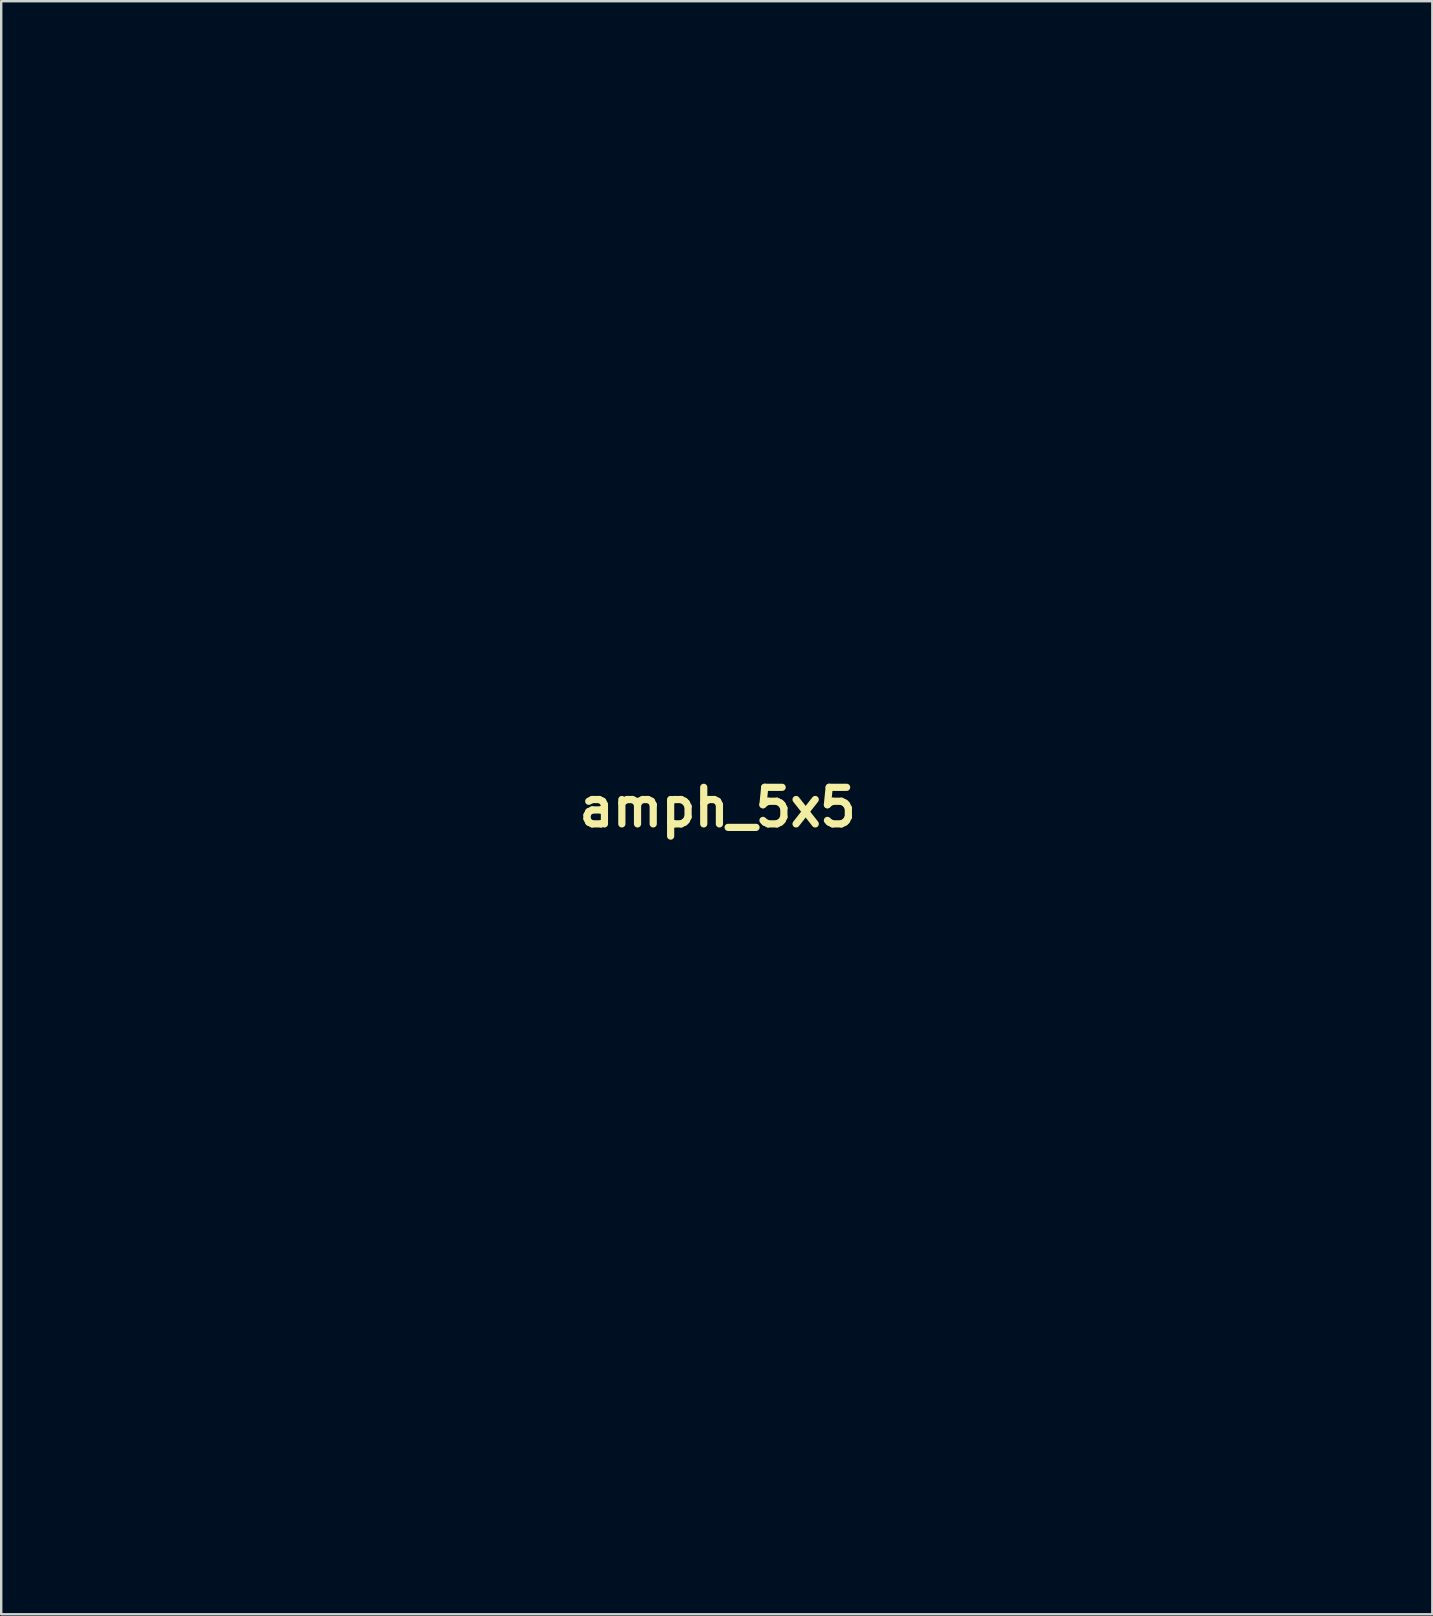
<source format=kicad_pcb>
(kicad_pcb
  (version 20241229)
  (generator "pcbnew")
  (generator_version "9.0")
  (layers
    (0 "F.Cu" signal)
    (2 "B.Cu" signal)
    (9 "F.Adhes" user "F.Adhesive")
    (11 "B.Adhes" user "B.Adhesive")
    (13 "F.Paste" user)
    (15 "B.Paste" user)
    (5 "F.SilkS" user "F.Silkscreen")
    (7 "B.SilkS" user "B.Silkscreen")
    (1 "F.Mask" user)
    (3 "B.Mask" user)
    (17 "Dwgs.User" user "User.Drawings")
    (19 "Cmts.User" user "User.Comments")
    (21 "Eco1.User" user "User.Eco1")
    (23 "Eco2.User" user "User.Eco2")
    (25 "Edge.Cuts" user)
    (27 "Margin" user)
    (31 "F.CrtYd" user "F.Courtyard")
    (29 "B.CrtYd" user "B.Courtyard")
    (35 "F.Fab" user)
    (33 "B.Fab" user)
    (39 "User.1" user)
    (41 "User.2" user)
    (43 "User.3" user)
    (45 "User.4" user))
  (footprint "amph_5x5"
    (layer "F.Cu")
    (at 26.844 30.579)
    (property "Reference" "amph_5x5" (at 0 0 0) (layer "F.SilkS") (effects (font (size 1.524 1.524) (thickness 0.3))))
    (attr through_hole)
    (fp_poly (pts (xy 8.951 -17.88) (xy 9.115 -17.823) (xy 9.151 -17.805) (xy 9.295 -17.706) (xy 9.408 -17.582) (xy 9.489 -17.44) (xy 9.538 -17.286) (xy 9.554 -17.125) (xy 9.536 -16.963) (xy 9.483 -16.806) (xy 9.394 -16.661) (xy 9.33 -16.588) (xy 9.193 -16.48) (xy 9.037 -16.407) (xy 8.869 -16.369) (xy 8.696 -16.369) (xy 8.546 -16.402) (xy 8.387 -16.475) (xy 8.255 -16.578) (xy 8.15 -16.705) (xy 8.075 -16.85) (xy 8.033 -17.009) (xy 8.025 -17.175) (xy 8.054 -17.343) (xy 8.104 -17.471) (xy 8.199 -17.619) (xy 8.32 -17.737) (xy 8.462 -17.825) (xy 8.618 -17.879) (xy 8.783 -17.898) (xy 8.951 -17.88)) (stroke (width 0.01) (type solid)) (fill no) (layer "Eco2.User"))
    (fp_poly (pts (xy 5.82 -16.934) (xy 5.969 -16.877) (xy 6.105 -16.785) (xy 6.221 -16.665) (xy 6.312 -16.523) (xy 6.358 -16.406) (xy 6.388 -16.235) (xy 6.378 -16.067) (xy 6.333 -15.907) (xy 6.254 -15.76) (xy 6.144 -15.632) (xy 6.008 -15.529) (xy 5.866 -15.463) (xy 5.757 -15.439) (xy 5.628 -15.432) (xy 5.494 -15.44) (xy 5.375 -15.464) (xy 5.339 -15.475) (xy 5.216 -15.542) (xy 5.097 -15.64) (xy 4.994 -15.76) (xy 4.928 -15.869) (xy 4.893 -15.945) (xy 4.872 -16.007) (xy 4.863 -16.074) (xy 4.86 -16.161) (xy 4.86 -16.191) (xy 4.862 -16.292) (xy 4.872 -16.369) (xy 4.891 -16.436) (xy 4.915 -16.493) (xy 4.993 -16.624) (xy 5.096 -16.744) (xy 5.213 -16.841) (xy 5.285 -16.883) (xy 5.411 -16.927) (xy 5.557 -16.95) (xy 5.706 -16.951) (xy 5.82 -16.934)) (stroke (width 0.01) (type solid)) (fill no) (layer "Eco2.User"))
    (fp_poly (pts (xy -18.563 23.548) (xy -18.364 23.617) (xy -18.16 23.727) (xy -17.978 23.852) (xy -17.767 24.031) (xy -17.556 24.248) (xy -17.35 24.497) (xy -17.15 24.774) (xy -16.96 25.074) (xy -16.782 25.391) (xy -16.618 25.721) (xy -16.473 26.059) (xy -16.347 26.4) (xy -16.244 26.739) (xy -16.167 27.071) (xy -16.15 27.164) (xy -16.127 27.338) (xy -16.113 27.518) (xy -16.109 27.693) (xy -16.115 27.849) (xy -16.129 27.964) (xy -16.172 28.115) (xy -16.238 28.251) (xy -16.323 28.363) (xy -16.382 28.415) (xy -16.518 28.501) (xy -16.696 28.59) (xy -16.917 28.681) (xy -17.179 28.775) (xy -17.484 28.872) (xy -17.831 28.972) (xy -18.22 29.075) (xy -18.652 29.18) (xy -19.126 29.289) (xy -19.642 29.4) (xy -20.2 29.514) (xy -20.8 29.63) (xy -21.443 29.75) (xy -22.128 29.872) (xy -22.855 29.997) (xy -23.333 30.077) (xy -23.493 30.104) (xy -23.677 30.134) (xy -23.88 30.166) (xy -24.098 30.201) (xy -24.328 30.238) (xy -24.566 30.276) (xy -24.809 30.314) (xy -25.052 30.353) (xy -25.292 30.391) (xy -25.525 30.427) (xy -25.748 30.462) (xy -25.956 30.494) (xy -26.147 30.524) (xy -26.316 30.55) (xy -26.459 30.572) (xy -26.574 30.589) (xy -26.655 30.6) (xy -26.701 30.606) (xy -26.708 30.607) (xy -26.74 30.593) (xy -26.783 30.559) (xy -26.787 30.555) (xy -26.832 30.484) (xy -26.839 30.435) (xy -26.835 30.401) (xy -26.818 30.364) (xy -26.785 30.317) (xy -26.73 30.254) (xy -26.654 30.174) (xy -26.179 29.684) (xy -25.731 29.223) (xy -25.308 28.791) (xy -24.908 28.385) (xy -24.53 28.004) (xy -24.172 27.647) (xy -23.832 27.312) (xy -23.509 26.996) (xy -23.201 26.7) (xy -22.906 26.42) (xy -22.623 26.155) (xy -22.35 25.905) (xy -22.085 25.666) (xy -21.828 25.439) (xy -21.575 25.22) (xy -21.399 25.07) (xy -21.072 24.799) (xy -20.758 24.551) (xy -20.459 24.327) (xy -20.176 24.127) (xy -19.912 23.954) (xy -19.668 23.808) (xy -19.447 23.691) (xy -19.25 23.604) (xy -19.15 23.569) (xy -18.953 23.524) (xy -18.758 23.517) (xy -18.563 23.548)) (stroke (width 0.01) (type solid)) (fill no) (layer "Eco2.User"))
    (fp_poly (pts (xy 5.663 -30.574) (xy 5.875 -30.571) (xy 6.062 -30.566) (xy 6.234 -30.557) (xy 6.4 -30.545) (xy 6.569 -30.529) (xy 6.75 -30.508) (xy 6.951 -30.482) (xy 6.985 -30.477) (xy 7.66 -30.363) (xy 8.325 -30.209) (xy 8.978 -30.014) (xy 9.618 -29.78) (xy 10.244 -29.506) (xy 10.855 -29.194) (xy 11.45 -28.843) (xy 12.028 -28.454) (xy 12.587 -28.028) (xy 12.722 -27.918) (xy 12.841 -27.815) (xy 12.981 -27.688) (xy 13.136 -27.541) (xy 13.3 -27.382) (xy 13.467 -27.216) (xy 13.63 -27.05) (xy 13.784 -26.89) (xy 13.922 -26.742) (xy 14.038 -26.613) (xy 14.088 -26.554) (xy 14.523 -25.999) (xy 14.921 -25.425) (xy 15.282 -24.835) (xy 15.604 -24.228) (xy 15.888 -23.607) (xy 16.133 -22.972) (xy 16.337 -22.325) (xy 16.502 -21.666) (xy 16.603 -21.135) (xy 16.698 -20.439) (xy 16.75 -19.745) (xy 16.761 -19.056) (xy 16.731 -18.372) (xy 16.66 -17.695) (xy 16.548 -17.026) (xy 16.395 -16.365) (xy 16.203 -15.715) (xy 15.971 -15.077) (xy 15.7 -14.451) (xy 15.39 -13.84) (xy 15.042 -13.243) (xy 14.655 -12.663) (xy 14.23 -12.101) (xy 14.096 -11.937) (xy 13.992 -11.816) (xy 13.862 -11.674) (xy 13.712 -11.516) (xy 13.55 -11.349) (xy 13.382 -11.18) (xy 13.214 -11.015) (xy 13.051 -10.859) (xy 12.901 -10.72) (xy 12.77 -10.604) (xy 12.722 -10.563) (xy 12.163 -10.124) (xy 11.59 -9.725) (xy 11.002 -9.366) (xy 10.399 -9.046) (xy 9.779 -8.765) (xy 9.143 -8.522) (xy 8.489 -8.318) (xy 7.818 -8.153) (xy 7.128 -8.025) (xy 6.54 -7.948) (xy 6.31 -7.928) (xy 6.05 -7.913) (xy 5.769 -7.904) (xy 5.477 -7.9) (xy 5.183 -7.902) (xy 4.896 -7.909) (xy 4.628 -7.921) (xy 4.386 -7.939) (xy 4.26 -7.952) (xy 4.149 -7.964) (xy 4.149 -7.838) (xy 4.152 -7.732) (xy 4.161 -7.593) (xy 4.176 -7.433) (xy 4.194 -7.259) (xy 4.215 -7.084) (xy 4.238 -6.914) (xy 4.262 -6.762) (xy 4.264 -6.75) (xy 4.322 -6.447) (xy 4.392 -6.143) (xy 4.475 -5.833) (xy 4.573 -5.516) (xy 4.686 -5.186) (xy 4.817 -4.839) (xy 4.966 -4.473) (xy 5.135 -4.083) (xy 5.326 -3.666) (xy 5.533 -3.229) (xy 5.587 -3.119) (xy 5.652 -2.99) (xy 5.723 -2.849) (xy 5.799 -2.701) (xy 5.876 -2.553) (xy 5.95 -2.41) (xy 6.02 -2.278) (xy 6.082 -2.164) (xy 6.132 -2.072) (xy 6.167 -2.01) (xy 6.178 -1.992) (xy 6.193 -1.984) (xy 6.223 -1.991) (xy 6.271 -2.016) (xy 6.344 -2.061) (xy 6.427 -2.116) (xy 6.763 -2.318) (xy 7.124 -2.492) (xy 7.513 -2.639) (xy 7.932 -2.76) (xy 8.382 -2.856) (xy 8.541 -2.882) (xy 8.678 -2.899) (xy 8.848 -2.914) (xy 9.043 -2.925) (xy 9.253 -2.934) (xy 9.469 -2.939) (xy 9.683 -2.941) (xy 9.884 -2.939) (xy 10.065 -2.933) (xy 10.216 -2.922) (xy 10.219 -2.922) (xy 10.502 -2.891) (xy 10.756 -2.85) (xy 10.992 -2.797) (xy 11.218 -2.73) (xy 11.443 -2.645) (xy 11.675 -2.539) (xy 11.924 -2.409) (xy 12.102 -2.309) (xy 12.361 -2.16) (xy 12.462 -2.223) (xy 12.571 -2.282) (xy 12.681 -2.316) (xy 12.81 -2.33) (xy 12.868 -2.331) (xy 12.972 -2.327) (xy 13.062 -2.312) (xy 13.145 -2.284) (xy 13.227 -2.237) (xy 13.316 -2.169) (xy 13.419 -2.076) (xy 13.526 -1.97) (xy 13.797 -1.693) (xy 14.038 -1.442) (xy 14.252 -1.215) (xy 14.441 -1.009) (xy 14.606 -0.821) (xy 14.749 -0.649) (xy 14.873 -0.491) (xy 14.979 -0.344) (xy 15.068 -0.206) (xy 15.145 -0.074) (xy 15.209 0.054) (xy 15.263 0.18) (xy 15.304 0.294) (xy 15.372 0.558) (xy 15.399 0.824) (xy 15.386 1.094) (xy 15.333 1.368) (xy 15.239 1.648) (xy 15.104 1.933) (xy 14.928 2.225) (xy 14.711 2.525) (xy 14.66 2.589) (xy 14.594 2.671) (xy 14.536 2.742) (xy 14.494 2.795) (xy 14.471 2.823) (xy 14.47 2.824) (xy 14.474 2.852) (xy 14.499 2.913) (xy 14.544 3.003) (xy 14.609 3.12) (xy 14.627 3.153) (xy 14.707 3.298) (xy 14.8 3.472) (xy 14.901 3.668) (xy 15.005 3.877) (xy 15.11 4.091) (xy 15.21 4.301) (xy 15.302 4.498) (xy 15.381 4.675) (xy 15.441 4.815) (xy 15.485 4.92) (xy 15.523 5.011) (xy 15.555 5.081) (xy 15.575 5.122) (xy 15.579 5.13) (xy 15.604 5.13) (xy 15.663 5.121) (xy 15.752 5.104) (xy 15.864 5.08) (xy 15.993 5.051) (xy 16.08 5.03) (xy 16.813 4.855) (xy 17.512 4.699) (xy 18.178 4.561) (xy 18.815 4.44) (xy 19.425 4.336) (xy 20.011 4.248) (xy 20.575 4.177) (xy 21.121 4.122) (xy 21.652 4.082) (xy 22.169 4.056) (xy 22.394 4.05) (xy 22.911 4.048) (xy 23.4 4.066) (xy 23.86 4.103) (xy 24.29 4.16) (xy 24.689 4.236) (xy 25.057 4.331) (xy 25.39 4.444) (xy 25.689 4.575) (xy 25.953 4.725) (xy 26.18 4.892) (xy 26.303 5.006) (xy 26.452 5.187) (xy 26.572 5.397) (xy 26.664 5.632) (xy 26.726 5.89) (xy 26.758 6.168) (xy 26.761 6.464) (xy 26.735 6.775) (xy 26.678 7.097) (xy 26.592 7.429) (xy 26.475 7.768) (xy 26.456 7.816) (xy 26.279 8.217) (xy 26.065 8.624) (xy 25.813 9.036) (xy 25.524 9.454) (xy 25.196 9.878) (xy 24.83 10.31) (xy 24.424 10.75) (xy 23.979 11.199) (xy 23.494 11.656) (xy 22.998 12.097) (xy 22.109 12.85) (xy 21.179 13.603) (xy 20.21 14.356) (xy 19.204 15.108) (xy 18.162 15.856) (xy 17.086 16.602) (xy 15.978 17.342) (xy 14.838 18.077) (xy 13.67 18.804) (xy 12.473 19.524) (xy 11.251 20.235) (xy 10.004 20.935) (xy 8.735 21.624) (xy 8.55 21.723) (xy 7.858 22.086) (xy 7.165 22.444) (xy 6.471 22.794) (xy 5.78 23.136) (xy 5.092 23.47) (xy 4.409 23.794) (xy 3.734 24.109) (xy 3.067 24.412) (xy 2.411 24.704) (xy 1.768 24.984) (xy 1.14 25.251) (xy 0.527 25.504) (xy -0.068 25.742) (xy -0.643 25.965) (xy -1.196 26.172) (xy -1.727 26.362) (xy -2.232 26.535) (xy -2.71 26.69) (xy -3.16 26.825) (xy -3.579 26.941) (xy -3.966 27.036) (xy -4.319 27.11) (xy -4.371 27.119) (xy -4.539 27.144) (xy -4.714 27.16) (xy -4.885 27.167) (xy -5.045 27.166) (xy -5.183 27.155) (xy -5.292 27.135) (xy -5.313 27.129) (xy -5.476 27.064) (xy -5.65 26.976) (xy -5.817 26.874) (xy -5.859 26.845) (xy -5.984 26.747) (xy -6.126 26.621) (xy -6.278 26.474) (xy -6.433 26.313) (xy -6.585 26.146) (xy -6.726 25.979) (xy -6.85 25.819) (xy -6.873 25.787) (xy -6.937 25.698) (xy -7.082 25.903) (xy -7.237 26.115) (xy -7.411 26.338) (xy -7.598 26.567) (xy -7.791 26.793) (xy -7.983 27.008) (xy -8.167 27.204) (xy -8.337 27.374) (xy -8.373 27.408) (xy -8.687 27.688) (xy -8.993 27.932) (xy -9.289 28.14) (xy -9.575 28.309) (xy -9.85 28.441) (xy -10.112 28.534) (xy -10.192 28.555) (xy -10.291 28.573) (xy -10.41 28.586) (xy -10.536 28.593) (xy -10.656 28.595) (xy -10.757 28.589) (xy -10.806 28.582) (xy -10.914 28.551) (xy -11.041 28.504) (xy -11.172 28.448) (xy -11.291 28.39) (xy -11.377 28.339) (xy -11.513 28.236) (xy -11.663 28.098) (xy -11.822 27.931) (xy -11.988 27.74) (xy -12.155 27.528) (xy -12.321 27.3) (xy -12.397 27.189) (xy -12.613 26.852) (xy -12.835 26.478) (xy -13.062 26.072) (xy -13.29 25.64) (xy -13.518 25.184) (xy -13.743 24.712) (xy -13.964 24.226) (xy -14.177 23.732) (xy -14.381 23.234) (xy -14.573 22.738) (xy -14.752 22.248) (xy -14.826 22.035) (xy -14.95 21.659) (xy -15.054 21.318) (xy -15.138 21.012) (xy -15.202 20.739) (xy -15.246 20.498) (xy -15.271 20.287) (xy -15.277 20.204) (xy -15.279 20.127) (xy -14.772 20.127) (xy -14.77 20.247) (xy -14.754 20.388) (xy -14.723 20.553) (xy -14.677 20.747) (xy -14.627 20.937) (xy -14.5 21.373) (xy -14.352 21.831) (xy -14.186 22.306) (xy -14.005 22.791) (xy -13.809 23.282) (xy -13.603 23.774) (xy -13.388 24.261) (xy -13.166 24.738) (xy -12.94 25.201) (xy -12.712 25.643) (xy -12.485 26.06) (xy -12.26 26.446) (xy -12.04 26.797) (xy -12.012 26.839) (xy -11.815 27.125) (xy -11.629 27.371) (xy -11.454 27.577) (xy -11.29 27.745) (xy -11.134 27.874) (xy -10.988 27.967) (xy -10.974 27.974) (xy -10.839 28.032) (xy -10.713 28.065) (xy -10.585 28.075) (xy -10.443 28.061) (xy -10.276 28.024) (xy -10.267 28.022) (xy -10.051 27.948) (xy -9.82 27.839) (xy -9.576 27.696) (xy -9.322 27.521) (xy -9.061 27.316) (xy -8.795 27.084) (xy -8.528 26.828) (xy -8.261 26.548) (xy -7.998 26.248) (xy -7.807 26.014) (xy -7.736 25.922) (xy -7.658 25.819) (xy -7.578 25.71) (xy -7.498 25.601) (xy -7.424 25.498) (xy -7.359 25.405) (xy -7.307 25.329) (xy -7.273 25.276) (xy -7.26 25.251) (xy -7.26 25.25) (xy -7.271 25.227) (xy -7.299 25.173) (xy -7.343 25.096) (xy -7.398 25.002) (xy -7.448 24.919) (xy -7.815 24.271) (xy -8.161 23.591) (xy -8.483 22.885) (xy -8.778 22.159) (xy -9.046 21.417) (xy -9.282 20.665) (xy -9.486 19.909) (xy -9.626 19.293) (xy -9.684 19.018) (xy -9.896 19.005) (xy -9.966 19.001) (xy -10.072 18.997) (xy -10.208 18.993) (xy -10.367 18.988) (xy -10.543 18.984) (xy -10.73 18.979) (xy -10.911 18.975) (xy -11.427 18.971) (xy -11.902 18.977) (xy -12.338 18.995) (xy -12.735 19.025) (xy -13.094 19.066) (xy -13.417 19.12) (xy -13.703 19.185) (xy -13.954 19.263) (xy -14.17 19.354) (xy -14.352 19.457) (xy -14.501 19.574) (xy -14.617 19.703) (xy -14.694 19.829) (xy -14.734 19.923) (xy -14.76 20.02) (xy -14.772 20.127) (xy -15.279 20.127) (xy -15.281 20.092) (xy -15.28 20.009) (xy -15.275 19.943) (xy -15.262 19.882) (xy -15.241 19.812) (xy -15.23 19.78) (xy -15.14 19.564) (xy -15.022 19.375) (xy -14.873 19.208) (xy -14.687 19.058) (xy -14.65 19.033) (xy -14.472 18.927) (xy -14.27 18.833) (xy -14.044 18.75) (xy -13.79 18.679) (xy -13.507 18.617) (xy -13.19 18.566) (xy -12.839 18.524) (xy -12.45 18.491) (xy -12.213 18.476) (xy -12.097 18.471) (xy -11.948 18.467) (xy -11.772 18.465) (xy -11.577 18.463) (xy -11.367 18.462) (xy -11.15 18.463) (xy -10.931 18.464) (xy -10.716 18.467) (xy -10.512 18.47) (xy -10.325 18.474) (xy -10.161 18.479) (xy -10.026 18.484) (xy -9.926 18.491) (xy -9.915 18.492) (xy -9.766 18.505) (xy -9.793 18.296) (xy -9.819 18.05) (xy -9.84 17.785) (xy -9.855 17.51) (xy -9.864 17.235) (xy -9.864 17.124) (xy -9.345 17.124) (xy -9.344 17.352) (xy -9.341 17.547) (xy -9.334 17.72) (xy -9.324 17.882) (xy -9.309 18.041) (xy -9.289 18.209) (xy -9.262 18.395) (xy -9.227 18.609) (xy -9.216 18.68) (xy -9.133 19.13) (xy -9.033 19.586) (xy -8.919 20.046) (xy -8.79 20.507) (xy -8.649 20.967) (xy -8.496 21.424) (xy -8.332 21.876) (xy -8.158 22.32) (xy -7.976 22.755) (xy -7.787 23.178) (xy -7.591 23.588) (xy -7.39 23.981) (xy -7.184 24.357) (xy -6.976 24.712) (xy -6.766 25.045) (xy -6.554 25.353) (xy -6.343 25.634) (xy -6.134 25.887) (xy -5.926 26.109) (xy -5.723 26.298) (xy -5.524 26.451) (xy -5.33 26.567) (xy -5.154 26.64) (xy -5.048 26.662) (xy -4.913 26.667) (xy -4.745 26.656) (xy -4.596 26.637) (xy -4.337 26.592) (xy -4.042 26.528) (xy -3.714 26.445) (xy -3.355 26.345) (xy -2.965 26.227) (xy -2.548 26.093) (xy -2.106 25.943) (xy -1.639 25.779) (xy -1.15 25.6) (xy -0.642 25.407) (xy -0.115 25.202) (xy 0.428 24.984) (xy 0.985 24.756) (xy 1.554 24.516) (xy 2.134 24.266) (xy 2.723 24.008) (xy 3.318 23.74) (xy 3.585 23.618) (xy 4.014 23.419) (xy 4.472 23.204) (xy 4.95 22.974) (xy 5.443 22.736) (xy 5.94 22.492) (xy 6.435 22.247) (xy 6.92 22.003) (xy 7.387 21.766) (xy 7.827 21.539) (xy 8.037 21.429) (xy 9.401 20.7) (xy 10.736 19.958) (xy 12.043 19.204) (xy 13.318 18.44) (xy 14.563 17.666) (xy 15.774 16.883) (xy 16.951 16.091) (xy 18.092 15.292) (xy 19.197 14.487) (xy 20.264 13.675) (xy 21.291 12.859) (xy 22.279 12.038) (xy 22.786 11.601) (xy 22.931 11.472) (xy 23.093 11.323) (xy 23.268 11.158) (xy 23.451 10.982) (xy 23.637 10.8) (xy 23.822 10.617) (xy 24 10.438) (xy 24.167 10.267) (xy 24.319 10.108) (xy 24.449 9.967) (xy 24.554 9.849) (xy 24.577 9.821) (xy 24.887 9.44) (xy 25.16 9.074) (xy 25.4 8.72) (xy 25.608 8.375) (xy 25.787 8.035) (xy 25.939 7.697) (xy 25.983 7.588) (xy 26.086 7.288) (xy 26.162 6.99) (xy 26.213 6.7) (xy 26.236 6.421) (xy 26.233 6.159) (xy 26.202 5.917) (xy 26.143 5.701) (xy 26.117 5.636) (xy 26.036 5.496) (xy 25.913 5.361) (xy 25.749 5.231) (xy 25.543 5.104) (xy 25.411 5.036) (xy 25.104 4.906) (xy 24.761 4.797) (xy 24.382 4.708) (xy 23.969 4.64) (xy 23.521 4.593) (xy 23.04 4.567) (xy 22.526 4.562) (xy 21.98 4.577) (xy 21.403 4.614) (xy 20.795 4.671) (xy 20.156 4.748) (xy 19.489 4.847) (xy 18.792 4.966) (xy 18.068 5.105) (xy 17.378 5.252) (xy 17.143 5.305) (xy 16.916 5.357) (xy 16.699 5.408) (xy 16.496 5.456) (xy 16.311 5.502) (xy 16.147 5.544) (xy 16.008 5.581) (xy 15.898 5.612) (xy 15.82 5.636) (xy 15.777 5.653) (xy 15.77 5.659) (xy 15.776 5.687) (xy 15.793 5.747) (xy 15.819 5.832) (xy 15.851 5.934) (xy 15.865 5.98) (xy 15.942 6.231) (xy 16.014 6.489) (xy 16.079 6.748) (xy 16.137 7) (xy 16.186 7.241) (xy 16.224 7.463) (xy 16.25 7.66) (xy 16.264 7.827) (xy 16.265 7.885) (xy 16.265 7.99) (xy 16.261 8.066) (xy 16.252 8.123) (xy 16.236 8.174) (xy 16.211 8.231) (xy 16.205 8.242) (xy 16.112 8.388) (xy 15.995 8.504) (xy 15.86 8.589) (xy 15.712 8.643) (xy 15.557 8.665) (xy 15.401 8.656) (xy 15.249 8.614) (xy 15.107 8.541) (xy 14.981 8.434) (xy 14.888 8.314) (xy 14.857 8.256) (xy 14.829 8.182) (xy 14.802 8.086) (xy 14.776 7.964) (xy 14.748 7.808) (xy 14.731 7.705) (xy 14.71 7.583) (xy 14.681 7.435) (xy 14.647 7.276) (xy 14.611 7.121) (xy 14.592 7.042) (xy 14.557 6.91) (xy 14.519 6.768) (xy 14.478 6.624) (xy 14.436 6.483) (xy 14.397 6.352) (xy 14.36 6.237) (xy 14.328 6.143) (xy 14.304 6.078) (xy 14.289 6.048) (xy 14.289 6.047) (xy 14.264 6.048) (xy 14.206 6.059) (xy 14.12 6.078) (xy 14.013 6.105) (xy 13.89 6.137) (xy 13.76 6.173) (xy 13.627 6.211) (xy 13.499 6.249) (xy 13.451 6.264) (xy 13.388 6.283) (xy 13.294 6.311) (xy 13.178 6.344) (xy 13.052 6.379) (xy 12.965 6.404) (xy 12.822 6.444) (xy 12.644 6.495) (xy 12.436 6.556) (xy 12.203 6.625) (xy 11.952 6.7) (xy 11.685 6.779) (xy 11.41 6.862) (xy 11.131 6.947) (xy 10.854 7.031) (xy 10.584 7.114) (xy 10.325 7.194) (xy 10.084 7.269) (xy 9.874 7.335) (xy 9.694 7.392) (xy 9.52 7.446) (xy 9.359 7.497) (xy 9.215 7.542) (xy 9.095 7.58) (xy 9.004 7.608) (xy 8.948 7.626) (xy 8.945 7.627) (xy 8.861 7.655) (xy 8.808 7.683) (xy 8.775 7.717) (xy 8.765 7.733) (xy 8.675 7.882) (xy 8.563 8.047) (xy 8.438 8.213) (xy 8.309 8.369) (xy 8.221 8.465) (xy 8.003 8.693) (xy 8.023 8.881) (xy 8.032 8.989) (xy 8.039 9.102) (xy 8.043 9.199) (xy 8.043 9.213) (xy 8.044 9.284) (xy 8.047 9.336) (xy 8.051 9.356) (xy 8.052 9.356) (xy 8.072 9.346) (xy 8.12 9.319) (xy 8.186 9.282) (xy 8.205 9.271) (xy 8.361 9.187) (xy 8.502 9.131) (xy 8.641 9.098) (xy 8.752 9.086) (xy 8.942 9.088) (xy 9.113 9.122) (xy 9.271 9.19) (xy 9.418 9.294) (xy 9.559 9.435) (xy 9.696 9.616) (xy 9.709 9.636) (xy 9.846 9.867) (xy 9.977 10.14) (xy 10.101 10.452) (xy 10.219 10.803) (xy 10.329 11.191) (xy 10.432 11.617) (xy 10.527 12.078) (xy 10.614 12.574) (xy 10.693 13.104) (xy 10.764 13.667) (xy 10.805 14.044) (xy 10.842 14.433) (xy 10.87 14.784) (xy 10.889 15.102) (xy 10.899 15.391) (xy 10.9 15.655) (xy 10.892 15.898) (xy 10.874 16.125) (xy 10.847 16.34) (xy 10.811 16.546) (xy 10.765 16.748) (xy 10.764 16.753) (xy 10.656 17.115) (xy 10.523 17.443) (xy 10.365 17.738) (xy 10.18 18) (xy 9.97 18.23) (xy 9.733 18.428) (xy 9.634 18.495) (xy 9.395 18.633) (xy 9.146 18.739) (xy 8.881 18.816) (xy 8.595 18.863) (xy 8.282 18.884) (xy 8.17 18.885) (xy 7.777 18.868) (xy 7.404 18.817) (xy 7.055 18.734) (xy 6.73 18.618) (xy 6.43 18.471) (xy 6.158 18.293) (xy 5.913 18.084) (xy 5.87 18.041) (xy 5.696 17.863) (xy 5.472 17.906) (xy 5.302 17.93) (xy 5.098 17.945) (xy 4.863 17.952) (xy 4.603 17.949) (xy 4.325 17.938) (xy 4.034 17.918) (xy 3.735 17.89) (xy 3.514 17.863) (xy 2.801 17.751) (xy 2.096 17.596) (xy 1.401 17.401) (xy 0.716 17.166) (xy 0.042 16.89) (xy -0.619 16.575) (xy -1.267 16.22) (xy -1.901 15.826) (xy -2.04 15.733) (xy -2.435 15.457) (xy -2.81 15.174) (xy -3.174 14.878) (xy -3.537 14.562) (xy -3.905 14.217) (xy -4.071 14.056) (xy -4.275 13.852) (xy -4.449 13.668) (xy -4.597 13.501) (xy -4.725 13.343) (xy -4.836 13.192) (xy -4.9 13.097) (xy -4.948 13.025) (xy -4.99 12.969) (xy -5.018 12.938) (xy -5.026 12.933) (xy -5.048 12.942) (xy -5.105 12.968) (xy -5.191 13.009) (xy -5.301 13.063) (xy -5.433 13.127) (xy -5.581 13.2) (xy -5.742 13.279) (xy -5.767 13.292) (xy -6.259 13.541) (xy -6.712 13.78) (xy -7.125 14.008) (xy -7.499 14.225) (xy -7.835 14.432) (xy -8.133 14.63) (xy -8.394 14.818) (xy -8.619 14.998) (xy -8.808 15.169) (xy -8.861 15.222) (xy -8.97 15.34) (xy -9.053 15.445) (xy -9.116 15.549) (xy -9.165 15.664) (xy -9.209 15.802) (xy -9.218 15.835) (xy -9.252 15.971) (xy -9.281 16.096) (xy -9.302 16.217) (xy -9.319 16.34) (xy -9.331 16.474) (xy -9.338 16.626) (xy -9.343 16.801) (xy -9.345 17.009) (xy -9.345 17.124) (xy -9.864 17.124) (xy -9.866 16.969) (xy -9.861 16.722) (xy -9.849 16.503) (xy -9.842 16.422) (xy -9.812 16.189) (xy -9.771 15.96) (xy -9.721 15.741) (xy -9.664 15.541) (xy -9.601 15.367) (xy -9.535 15.226) (xy -9.523 15.204) (xy -9.44 15.087) (xy -9.324 14.954) (xy -9.178 14.808) (xy -9.005 14.654) (xy -8.81 14.494) (xy -8.597 14.331) (xy -8.369 14.17) (xy -8.254 14.093) (xy -7.992 13.926) (xy -7.7 13.749) (xy -7.386 13.566) (xy -7.059 13.383) (xy -6.729 13.205) (xy -6.45 13.06) (xy -6.347 13.006) (xy -6.257 12.959) (xy -6.189 12.922) (xy -6.148 12.898) (xy -6.139 12.89) (xy -6.158 12.883) (xy -6.212 12.868) (xy -6.294 12.848) (xy -6.396 12.824) (xy -6.472 12.808) (xy -7.234 12.623) (xy -7.988 12.399) (xy -8.731 12.137) (xy -9.46 11.839) (xy -10.172 11.507) (xy -10.864 11.142) (xy -11.533 10.745) (xy -12.176 10.317) (xy -12.605 9.998) (xy -11.195 9.998) (xy -11.193 10.13) (xy -11.19 10.228) (xy -11.18 10.299) (xy -11.159 10.353) (xy -11.125 10.395) (xy -11.073 10.436) (xy -10.999 10.482) (xy -10.943 10.515) (xy -10.321 10.865) (xy -9.67 11.189) (xy -8.992 11.485) (xy -8.293 11.751) (xy -7.578 11.986) (xy -6.85 12.188) (xy -6.114 12.356) (xy -6.043 12.37) (xy -5.898 12.399) (xy -5.757 12.426) (xy -5.624 12.452) (xy -5.509 12.474) (xy -5.416 12.492) (xy -5.354 12.504) (xy -5.334 12.507) (xy -5.309 12.499) (xy -5.293 12.49) (xy -5.285 12.477) (xy -5.287 12.45) (xy -5.301 12.405) (xy -5.328 12.337) (xy -5.37 12.241) (xy -5.43 12.113) (xy -5.435 12.103) (xy -5.731 11.438) (xy -5.992 10.786) (xy -6.216 10.147) (xy -6.403 9.523) (xy -6.554 8.915) (xy -6.667 8.324) (xy -6.701 8.096) (xy -6.715 7.996) (xy -6.727 7.91) (xy -6.737 7.848) (xy -6.742 7.818) (xy -6.742 7.818) (xy -6.766 7.812) (xy -6.827 7.824) (xy -6.925 7.853) (xy -6.961 7.865) (xy -7.146 7.92) (xy -7.357 7.974) (xy -7.576 8.022) (xy -7.788 8.061) (xy -7.832 8.068) (xy -7.944 8.08) (xy -8.088 8.089) (xy -8.255 8.093) (xy -8.434 8.095) (xy -8.616 8.092) (xy -8.791 8.086) (xy -8.949 8.077) (xy -9.05 8.067) (xy -9.162 8.055) (xy -9.244 8.049) (xy -9.313 8.049) (xy -9.38 8.056) (xy -9.46 8.071) (xy -9.524 8.084) (xy -9.846 8.169) (xy -10.133 8.279) (xy -10.387 8.414) (xy -10.606 8.573) (xy -10.791 8.757) (xy -10.941 8.965) (xy -11.057 9.197) (xy -11.138 9.452) (xy -11.184 9.732) (xy -11.195 9.998) (xy -12.605 9.998) (xy -12.79 9.86) (xy -12.88 9.789) (xy -13.048 9.652) (xy -13.228 9.499) (xy -13.414 9.335) (xy -13.603 9.166) (xy -13.789 8.994) (xy -13.968 8.825) (xy -14.134 8.663) (xy -14.284 8.513) (xy -14.413 8.378) (xy -14.515 8.264) (xy -14.55 8.221) (xy -14.601 8.16) (xy -14.669 8.079) (xy -14.746 7.99) (xy -14.804 7.925) (xy -14.811 7.916) (xy -14.132 7.916) (xy -13.746 8.297) (xy -13.641 8.4) (xy -13.545 8.493) (xy -13.463 8.571) (xy -13.399 8.631) (xy -13.357 8.668) (xy -13.341 8.678) (xy -13.324 8.66) (xy -13.301 8.613) (xy -13.283 8.567) (xy -13.173 8.298) (xy -13.035 8.039) (xy -12.872 7.795) (xy -12.691 7.571) (xy -12.495 7.372) (xy -12.289 7.205) (xy -12.076 7.075) (xy -12.067 7.07) (xy -11.974 7.023) (xy -12.046 6.979) (xy -12.086 6.954) (xy -12.155 6.909) (xy -12.245 6.851) (xy -12.35 6.783) (xy -12.456 6.714) (xy -12.794 6.493) (xy -12.897 6.517) (xy -13.035 6.558) (xy -13.189 6.621) (xy -13.342 6.698) (xy -13.475 6.777) (xy -13.666 6.93) (xy -13.828 7.109) (xy -13.958 7.312) (xy -14.054 7.531) (xy -14.111 7.764) (xy -14.115 7.79) (xy -14.132 7.916) (xy -14.811 7.916) (xy -15.153 7.511) (xy -15.502 7.061) (xy -15.848 6.58) (xy -16.185 6.074) (xy -16.512 5.549) (xy -16.762 5.118) (xy -16.163 5.118) (xy -16.151 5.155) (xy -16.121 5.21) (xy -16.096 5.252) (xy -16.045 5.336) (xy -15.983 5.435) (xy -15.914 5.541) (xy -15.843 5.65) (xy -15.774 5.756) (xy -15.709 5.852) (xy -15.653 5.933) (xy -15.61 5.994) (xy -15.584 6.027) (xy -15.578 6.032) (xy -15.56 6.016) (xy -15.526 5.973) (xy -15.484 5.913) (xy -15.483 5.911) (xy -15.396 5.794) (xy -15.285 5.668) (xy -15.161 5.544) (xy -15.036 5.435) (xy -14.96 5.376) (xy -14.837 5.299) (xy -14.693 5.227) (xy -14.519 5.156) (xy -14.494 5.146) (xy -14.489 5.136) (xy -14.499 5.113) (xy -14.528 5.075) (xy -14.579 5.018) (xy -14.654 4.939) (xy -14.755 4.836) (xy -14.837 4.753) (xy -15.217 4.374) (xy -15.347 4.41) (xy -15.568 4.493) (xy -15.773 4.616) (xy -15.807 4.641) (xy -15.89 4.715) (xy -15.979 4.812) (xy -16.062 4.918) (xy -16.127 5.017) (xy -16.145 5.051) (xy -16.16 5.087) (xy -16.163 5.118) (xy -16.762 5.118) (xy -16.824 5.01) (xy -17.118 4.464) (xy -17.39 3.916) (xy -17.637 3.371) (xy -17.674 3.286) (xy -17.714 3.191) (xy -17.744 3.128) (xy -17.769 3.089) (xy -17.794 3.067) (xy -17.825 3.054) (xy -17.852 3.047) (xy -18.192 2.943) (xy -18.504 2.81) (xy -18.793 2.644) (xy -19.065 2.443) (xy -19.306 2.224) (xy -19.547 1.957) (xy -19.749 1.675) (xy -19.913 1.377) (xy -20.04 1.06) (xy -20.132 0.72) (xy -20.165 0.541) (xy -20.179 0.408) (xy -20.188 0.249) (xy -20.189 0.085) (xy -19.685 0.085) (xy -19.665 0.406) (xy -19.605 0.717) (xy -19.509 1.013) (xy -19.378 1.292) (xy -19.214 1.552) (xy -19.02 1.789) (xy -18.798 2.002) (xy -18.551 2.188) (xy -18.28 2.344) (xy -17.987 2.466) (xy -17.676 2.554) (xy -17.591 2.571) (xy -17.446 2.589) (xy -17.275 2.599) (xy -17.095 2.6) (xy -16.921 2.591) (xy -16.771 2.574) (xy -16.758 2.572) (xy -16.472 2.506) (xy -16.198 2.407) (xy -15.998 2.313) (xy -15.724 2.149) (xy -15.478 1.954) (xy -15.261 1.734) (xy -15.074 1.49) (xy -14.919 1.226) (xy -14.797 0.946) (xy -14.71 0.653) (xy -14.659 0.35) (xy -14.646 0.041) (xy -14.671 -0.271) (xy -14.736 -0.583) (xy -14.767 -0.688) (xy -14.848 -0.897) (xy -14.956 -1.113) (xy -15.084 -1.324) (xy -15.224 -1.519) (xy -15.37 -1.686) (xy -15.412 -1.728) (xy -15.662 -1.937) (xy -15.934 -2.111) (xy -16.224 -2.25) (xy -16.529 -2.351) (xy -16.843 -2.413) (xy -17.163 -2.434) (xy -17.166 -2.434) (xy -17.486 -2.414) (xy -17.794 -2.355) (xy -18.088 -2.26) (xy -18.364 -2.131) (xy -18.621 -1.97) (xy -18.857 -1.781) (xy -19.068 -1.565) (xy -19.252 -1.325) (xy -19.407 -1.065) (xy -19.53 -0.785) (xy -19.619 -0.488) (xy -19.671 -0.178) (xy -19.685 0.085) (xy -20.189 0.085) (xy -20.189 0.073) (xy -20.184 -0.106) (xy -20.174 -0.277) (xy -20.158 -0.427) (xy -20.14 -0.529) (xy -20.044 -0.876) (xy -19.913 -1.2) (xy -19.746 -1.504) (xy -19.542 -1.79) (xy -19.304 -2.054) (xy -19.04 -2.293) (xy -18.762 -2.494) (xy -18.465 -2.658) (xy -18.147 -2.787) (xy -17.803 -2.883) (xy -17.759 -2.893) (xy -17.663 -2.908) (xy -17.535 -2.92) (xy -17.387 -2.928) (xy -17.227 -2.932) (xy -17.064 -2.933) (xy -16.909 -2.93) (xy -16.771 -2.923) (xy -16.659 -2.913) (xy -16.605 -2.904) (xy -16.256 -2.811) (xy -15.936 -2.689) (xy -15.639 -2.536) (xy -15.362 -2.349) (xy -15.1 -2.125) (xy -15.027 -2.054) (xy -14.783 -1.783) (xy -14.579 -1.496) (xy -14.412 -1.192) (xy -14.284 -0.869) (xy -14.193 -0.527) (xy -14.17 -0.405) (xy -14.15 -0.233) (xy -14.141 -0.036) (xy -14.142 0.174) (xy -14.153 0.382) (xy -14.174 0.577) (xy -14.204 0.746) (xy -14.21 0.774) (xy -14.319 1.125) (xy -14.464 1.455) (xy -14.644 1.761) (xy -14.858 2.044) (xy -15.104 2.3) (xy -15.382 2.528) (xy -15.507 2.615) (xy -15.595 2.671) (xy -15.682 2.724) (xy -15.754 2.764) (xy -15.776 2.776) (xy -15.832 2.806) (xy -15.853 2.827) (xy -15.845 2.844) (xy -15.844 2.845) (xy -15.822 2.869) (xy -15.778 2.92) (xy -15.719 2.992) (xy -15.647 3.079) (xy -15.588 3.154) (xy -15.437 3.341) (xy -15.298 3.509) (xy -15.162 3.667) (xy -15.024 3.822) (xy -14.875 3.982) (xy -14.708 4.156) (xy -14.542 4.325) (xy -14.15 4.713) (xy -13.771 5.068) (xy -13.398 5.393) (xy -13.027 5.694) (xy -12.653 5.975) (xy -12.269 6.241) (xy -12.192 6.292) (xy -11.701 6.595) (xy -11.216 6.859) (xy -10.738 7.082) (xy -10.268 7.265) (xy -9.805 7.408) (xy -9.351 7.51) (xy -8.905 7.571) (xy -8.468 7.592) (xy -8.04 7.572) (xy -7.621 7.512) (xy -7.213 7.41) (xy -6.943 7.318) (xy -6.805 7.266) (xy -6.812 6.697) (xy -6.81 6.4) (xy -6.315 6.4) (xy -6.302 7.05) (xy -6.247 7.703) (xy -6.191 8.119) (xy -6.076 8.734) (xy -5.923 9.358) (xy -5.731 9.993) (xy -5.499 10.638) (xy -5.229 11.295) (xy -4.919 11.965) (xy -4.846 12.113) (xy -4.736 12.331) (xy -4.639 12.517) (xy -4.552 12.677) (xy -4.469 12.817) (xy -4.385 12.943) (xy -4.297 13.063) (xy -4.2 13.181) (xy -4.09 13.304) (xy -3.962 13.439) (xy -3.811 13.592) (xy -3.739 13.664) (xy -3.234 14.145) (xy -2.724 14.588) (xy -2.203 14.996) (xy -1.667 15.373) (xy -1.109 15.724) (xy -0.619 16.002) (xy 0.025 16.326) (xy 0.68 16.61) (xy 1.349 16.853) (xy 2.03 17.057) (xy 2.725 17.219) (xy 3.432 17.342) (xy 4.154 17.425) (xy 4.18 17.427) (xy 4.264 17.432) (xy 4.375 17.435) (xy 4.505 17.437) (xy 4.647 17.438) (xy 4.792 17.437) (xy 4.933 17.435) (xy 5.062 17.432) (xy 5.171 17.428) (xy 5.253 17.423) (xy 5.296 17.418) (xy 5.359 17.404) (xy 5.402 17.393) (xy 5.413 17.39) (xy 5.408 17.37) (xy 5.392 17.318) (xy 5.367 17.244) (xy 5.345 17.183) (xy 5.291 17.021) (xy 5.249 16.869) (xy 5.218 16.717) (xy 5.196 16.557) (xy 5.183 16.38) (xy 5.177 16.176) (xy 5.177 16.057) (xy 5.684 16.057) (xy 5.687 16.236) (xy 5.695 16.402) (xy 5.709 16.543) (xy 5.722 16.623) (xy 5.768 16.814) (xy 5.831 17.007) (xy 5.904 17.189) (xy 5.982 17.345) (xy 5.993 17.364) (xy 6.127 17.552) (xy 6.295 17.731) (xy 6.489 17.893) (xy 6.701 18.033) (xy 6.925 18.144) (xy 6.966 18.16) (xy 7.229 18.247) (xy 7.512 18.312) (xy 7.804 18.354) (xy 8.096 18.374) (xy 8.377 18.369) (xy 8.637 18.338) (xy 8.686 18.329) (xy 8.964 18.254) (xy 9.216 18.146) (xy 9.442 18.005) (xy 9.619 17.854) (xy 9.804 17.644) (xy 9.966 17.4) (xy 10.103 17.121) (xy 10.215 16.81) (xy 10.303 16.466) (xy 10.365 16.091) (xy 10.373 16.023) (xy 10.386 15.855) (xy 10.391 15.65) (xy 10.388 15.412) (xy 10.378 15.147) (xy 10.361 14.857) (xy 10.337 14.548) (xy 10.308 14.224) (xy 10.273 13.89) (xy 10.234 13.55) (xy 10.189 13.209) (xy 10.141 12.87) (xy 10.088 12.538) (xy 10.032 12.219) (xy 9.978 11.938) (xy 9.905 11.602) (xy 9.825 11.284) (xy 9.739 10.985) (xy 9.649 10.709) (xy 9.555 10.458) (xy 9.459 10.234) (xy 9.361 10.04) (xy 9.263 9.88) (xy 9.166 9.755) (xy 9.071 9.668) (xy 9.024 9.639) (xy 8.904 9.602) (xy 8.769 9.601) (xy 8.627 9.635) (xy 8.549 9.668) (xy 8.335 9.794) (xy 8.122 9.961) (xy 7.911 10.168) (xy 7.701 10.415) (xy 7.493 10.699) (xy 7.289 11.019) (xy 7.089 11.376) (xy 6.894 11.767) (xy 6.704 12.191) (xy 6.52 12.647) (xy 6.344 13.134) (xy 6.317 13.212) (xy 6.232 13.472) (xy 6.146 13.745) (xy 6.063 14.026) (xy 5.983 14.307) (xy 5.91 14.581) (xy 5.844 14.841) (xy 5.788 15.08) (xy 5.743 15.29) (xy 5.722 15.405) (xy 5.705 15.537) (xy 5.693 15.697) (xy 5.686 15.873) (xy 5.684 16.057) (xy 5.177 16.057) (xy 5.176 16.013) (xy 5.177 15.845) (xy 5.18 15.702) (xy 5.186 15.576) (xy 5.197 15.459) (xy 5.212 15.342) (xy 5.233 15.217) (xy 5.262 15.077) (xy 5.299 14.913) (xy 5.346 14.717) (xy 5.353 14.689) (xy 5.536 13.985) (xy 5.737 13.318) (xy 5.955 12.687) (xy 6.192 12.09) (xy 6.447 11.526) (xy 6.499 11.419) (xy 6.699 11.032) (xy 6.896 10.687) (xy 7.09 10.382) (xy 7.282 10.118) (xy 7.418 9.952) (xy 7.535 9.819) (xy 7.535 9.476) (xy 7.531 9.236) (xy 7.52 9.028) (xy 7.501 8.841) (xy 7.473 8.667) (xy 7.438 8.512) (xy 7.331 8.166) (xy 7.184 7.836) (xy 7.001 7.526) (xy 6.781 7.236) (xy 6.596 7.037) (xy 6.389 6.858) (xy 6.148 6.693) (xy 5.879 6.547) (xy 5.585 6.421) (xy 5.275 6.32) (xy 5.18 6.295) (xy 5.016 6.263) (xy 4.825 6.24) (xy 4.622 6.227) (xy 4.423 6.225) (xy 4.242 6.234) (xy 4.167 6.243) (xy 4.026 6.27) (xy 3.86 6.315) (xy 3.682 6.374) (xy 3.502 6.441) (xy 3.333 6.514) (xy 3.274 6.543) (xy 2.961 6.721) (xy 2.657 6.94) (xy 2.365 7.197) (xy 2.086 7.492) (xy 1.821 7.823) (xy 1.571 8.189) (xy 1.337 8.588) (xy 1.186 8.882) (xy 1.118 9.017) (xy 1.063 9.118) (xy 1.015 9.189) (xy 0.97 9.234) (xy 0.923 9.259) (xy 0.871 9.267) (xy 0.816 9.265) (xy 0.741 9.252) (xy 0.687 9.223) (xy 0.652 9.189) (xy 0.613 9.134) (xy 0.593 9.074) (xy 0.593 9.002) (xy 0.614 8.914) (xy 0.656 8.802) (xy 0.716 8.67) (xy 0.871 8.365) (xy 1.042 8.065) (xy 1.224 7.776) (xy 1.411 7.506) (xy 1.6 7.263) (xy 1.772 7.067) (xy 1.885 6.949) (xy 1.852 6.793) (xy 1.788 6.427) (xy 1.745 6.027) (xy 1.722 5.597) (xy 1.719 5.222) (xy 2.223 5.222) (xy 2.228 5.592) (xy 2.249 5.948) (xy 2.285 6.295) (xy 2.288 6.32) (xy 2.304 6.423) (xy 2.321 6.488) (xy 2.341 6.517) (xy 2.365 6.513) (xy 2.391 6.489) (xy 2.427 6.457) (xy 2.492 6.409) (xy 2.578 6.35) (xy 2.678 6.286) (xy 2.784 6.221) (xy 2.888 6.16) (xy 2.982 6.108) (xy 3.016 6.091) (xy 3.127 6.038) (xy 3.252 5.984) (xy 3.369 5.937) (xy 3.397 5.927) (xy 3.597 5.858) (xy 3.768 5.805) (xy 3.921 5.766) (xy 4.067 5.74) (xy 4.215 5.724) (xy 4.376 5.718) (xy 4.56 5.719) (xy 4.643 5.721) (xy 4.866 5.732) (xy 5.061 5.752) (xy 5.243 5.783) (xy 5.425 5.827) (xy 5.624 5.888) (xy 5.642 5.894) (xy 5.765 5.941) (xy 5.913 6.005) (xy 6.074 6.081) (xy 6.238 6.163) (xy 6.393 6.247) (xy 6.53 6.326) (xy 6.594 6.367) (xy 6.726 6.465) (xy 6.87 6.592) (xy 7.019 6.738) (xy 7.165 6.896) (xy 7.297 7.057) (xy 7.371 7.155) (xy 7.458 7.287) (xy 7.549 7.439) (xy 7.638 7.6) (xy 7.718 7.759) (xy 7.783 7.902) (xy 7.812 7.978) (xy 7.861 8.113) (xy 7.932 8.031) (xy 7.979 7.973) (xy 8.039 7.896) (xy 8.1 7.814) (xy 8.11 7.8) (xy 8.268 7.548) (xy 8.403 7.266) (xy 8.483 7.044) (xy 9.045 7.044) (xy 9.054 7.048) (xy 9.079 7.042) (xy 9.139 7.025) (xy 9.227 6.999) (xy 9.337 6.965) (xy 9.464 6.925) (xy 9.538 6.902) (xy 9.73 6.841) (xy 9.94 6.776) (xy 10.164 6.706) (xy 10.398 6.634) (xy 10.64 6.56) (xy 10.885 6.485) (xy 11.13 6.41) (xy 11.371 6.337) (xy 11.606 6.266) (xy 11.831 6.199) (xy 12.042 6.135) (xy 12.236 6.078) (xy 12.409 6.027) (xy 12.558 5.983) (xy 12.68 5.948) (xy 12.771 5.923) (xy 12.827 5.909) (xy 12.844 5.905) (xy 12.871 5.892) (xy 12.868 5.852) (xy 12.837 5.788) (xy 12.779 5.702) (xy 12.695 5.597) (xy 12.588 5.474) (xy 12.506 5.387) (xy 12.374 5.258) (xy 12.238 5.146) (xy 12.088 5.043) (xy 11.913 4.944) (xy 11.739 4.856) (xy 11.471 4.738) (xy 11.218 4.649) (xy 10.971 4.589) (xy 10.848 4.572) (xy 12.32 4.572) (xy 12.336 4.588) (xy 12.379 4.619) (xy 12.441 4.661) (xy 12.451 4.667) (xy 12.657 4.82) (xy 12.862 5.011) (xy 13.063 5.238) (xy 13.258 5.496) (xy 13.275 5.521) (xy 13.333 5.603) (xy 13.385 5.669) (xy 13.425 5.714) (xy 13.447 5.73) (xy 13.448 5.73) (xy 13.476 5.721) (xy 13.538 5.704) (xy 13.624 5.68) (xy 13.727 5.652) (xy 13.769 5.64) (xy 13.875 5.611) (xy 13.967 5.584) (xy 14.037 5.562) (xy 14.076 5.548) (xy 14.082 5.546) (xy 14.081 5.521) (xy 14.062 5.463) (xy 14.029 5.377) (xy 13.984 5.267) (xy 13.928 5.139) (xy 13.864 4.997) (xy 13.795 4.846) (xy 13.721 4.69) (xy 13.646 4.534) (xy 13.571 4.384) (xy 13.499 4.244) (xy 13.432 4.118) (xy 13.406 4.071) (xy 13.331 3.936) (xy 13.231 4.02) (xy 13.109 4.114) (xy 12.962 4.215) (xy 12.804 4.315) (xy 12.648 4.404) (xy 12.521 4.468) (xy 12.438 4.507) (xy 12.372 4.541) (xy 12.33 4.564) (xy 12.32 4.572) (xy 10.848 4.572) (xy 10.719 4.554) (xy 10.45 4.542) (xy 10.425 4.541) (xy 10.215 4.546) (xy 10.032 4.563) (xy 9.863 4.595) (xy 9.696 4.645) (xy 9.518 4.716) (xy 9.341 4.799) (xy 9.241 4.849) (xy 9.173 4.885) (xy 9.133 4.913) (xy 9.115 4.935) (xy 9.111 4.955) (xy 9.112 4.961) (xy 9.133 5.077) (xy 9.15 5.226) (xy 9.164 5.398) (xy 9.174 5.584) (xy 9.18 5.774) (xy 9.181 5.96) (xy 9.177 6.13) (xy 9.168 6.277) (xy 9.168 6.281) (xy 9.156 6.391) (xy 9.139 6.515) (xy 9.12 6.643) (xy 9.1 6.767) (xy 9.079 6.876) (xy 9.061 6.963) (xy 9.046 7.017) (xy 9.046 7.017) (xy 9.045 7.044) (xy 8.483 7.044) (xy 8.513 6.96) (xy 8.596 6.636) (xy 8.616 6.53) (xy 8.635 6.412) (xy 8.648 6.302) (xy 8.657 6.189) (xy 8.661 6.061) (xy 8.663 5.906) (xy 8.663 5.853) (xy 8.66 5.686) (xy 8.653 5.52) (xy 8.642 5.36) (xy 8.629 5.214) (xy 8.614 5.088) (xy 8.597 4.989) (xy 8.579 4.924) (xy 8.574 4.913) (xy 8.56 4.866) (xy 8.552 4.799) (xy 8.551 4.776) (xy 8.545 4.711) (xy 8.527 4.612) (xy 8.5 4.486) (xy 8.464 4.337) (xy 8.422 4.173) (xy 8.375 3.999) (xy 8.324 3.823) (xy 8.272 3.649) (xy 8.225 3.503) (xy 8.192 3.407) (xy 8.151 3.291) (xy 8.104 3.159) (xy 8.052 3.019) (xy 7.999 2.876) (xy 7.946 2.735) (xy 7.895 2.603) (xy 7.849 2.485) (xy 7.811 2.387) (xy 7.781 2.316) (xy 7.762 2.275) (xy 7.759 2.27) (xy 7.739 2.277) (xy 7.688 2.301) (xy 7.611 2.339) (xy 7.515 2.387) (xy 7.406 2.442) (xy 7.216 2.537) (xy 7.041 2.618) (xy 6.872 2.688) (xy 6.695 2.752) (xy 6.498 2.815) (xy 6.309 2.871) (xy 5.89 2.985) (xy 5.498 3.077) (xy 5.127 3.148) (xy 4.768 3.199) (xy 4.413 3.231) (xy 4.056 3.247) (xy 3.895 3.248) (xy 3.663 3.246) (xy 3.463 3.239) (xy 3.285 3.225) (xy 3.119 3.205) (xy 2.954 3.176) (xy 2.781 3.137) (xy 2.68 3.112) (xy 2.567 3.085) (xy 2.486 3.071) (xy 2.441 3.069) (xy 2.432 3.073) (xy 2.425 3.1) (xy 2.414 3.162) (xy 2.399 3.252) (xy 2.383 3.363) (xy 2.365 3.49) (xy 2.363 3.5) (xy 2.304 3.976) (xy 2.261 4.419) (xy 2.234 4.832) (xy 2.223 5.222) (xy 1.719 5.222) (xy 1.718 5.141) (xy 1.734 4.663) (xy 1.77 4.166) (xy 1.825 3.654) (xy 1.894 3.175) (xy 1.914 3.043) (xy 1.926 2.948) (xy 1.931 2.884) (xy 1.929 2.847) (xy 1.92 2.831) (xy 1.892 2.813) (xy 1.836 2.78) (xy 1.762 2.737) (xy 1.705 2.704) (xy 1.61 2.645) (xy 1.518 2.58) (xy 1.441 2.52) (xy 1.414 2.496) (xy 1.357 2.438) (xy 1.326 2.393) (xy 1.314 2.349) (xy 1.312 2.321) (xy 1.33 2.214) (xy 1.379 2.13) (xy 1.456 2.075) (xy 1.555 2.053) (xy 1.566 2.053) (xy 1.616 2.058) (xy 1.667 2.076) (xy 1.732 2.11) (xy 1.818 2.167) (xy 1.824 2.171) (xy 2.116 2.347) (xy 2.427 2.492) (xy 2.76 2.604) (xy 3.115 2.683) (xy 3.493 2.731) (xy 3.895 2.747) (xy 4.321 2.731) (xy 4.772 2.682) (xy 5.248 2.602) (xy 5.751 2.49) (xy 6.233 2.36) (xy 6.524 2.268) (xy 6.795 2.166) (xy 7.055 2.05) (xy 7.203 1.972) (xy 8.192 1.972) (xy 8.225 2.05) (xy 8.356 2.369) (xy 8.483 2.696) (xy 8.602 3.023) (xy 8.711 3.34) (xy 8.807 3.641) (xy 8.888 3.917) (xy 8.925 4.059) (xy 8.953 4.169) (xy 8.977 4.262) (xy 8.995 4.333) (xy 9.006 4.374) (xy 9.009 4.381) (xy 9.027 4.373) (xy 9.076 4.351) (xy 9.148 4.318) (xy 9.21 4.289) (xy 9.388 4.211) (xy 9.557 4.15) (xy 9.729 4.102) (xy 9.917 4.065) (xy 10.133 4.034) (xy 10.153 4.031) (xy 10.262 4.018) (xy 10.159 3.883) (xy 10.041 3.713) (xy 9.925 3.521) (xy 9.812 3.304) (xy 9.698 3.057) (xy 9.583 2.778) (xy 9.465 2.462) (xy 9.365 2.174) (xy 9.323 2.052) (xy 9.286 1.943) (xy 9.255 1.853) (xy 9.232 1.791) (xy 9.221 1.761) (xy 9.22 1.76) (xy 9.195 1.753) (xy 9.141 1.754) (xy 9.084 1.76) (xy 9.014 1.768) (xy 8.914 1.777) (xy 8.799 1.787) (xy 8.685 1.796) (xy 8.573 1.804) (xy 8.493 1.812) (xy 8.436 1.822) (xy 8.393 1.836) (xy 8.353 1.858) (xy 8.308 1.889) (xy 8.302 1.893) (xy 8.192 1.972) (xy 7.203 1.972) (xy 7.315 1.913) (xy 7.585 1.752) (xy 7.779 1.627) (xy 7.919 1.531) (xy 8.065 1.426) (xy 8.087 1.41) (xy 10.713 1.41) (xy 10.716 1.432) (xy 10.731 1.487) (xy 10.757 1.569) (xy 10.791 1.672) (xy 10.832 1.789) (xy 10.876 1.914) (xy 10.922 2.041) (xy 10.968 2.163) (xy 10.977 2.186) (xy 11.073 2.421) (xy 11.169 2.629) (xy 11.262 2.806) (xy 11.351 2.949) (xy 11.433 3.055) (xy 11.444 3.066) (xy 11.501 3.124) (xy 11.542 3.158) (xy 11.577 3.172) (xy 11.62 3.174) (xy 11.657 3.171) (xy 11.731 3.155) (xy 11.821 3.125) (xy 11.897 3.092) (xy 12.054 3) (xy 12.231 2.875) (xy 12.426 2.719) (xy 12.634 2.535) (xy 12.855 2.324) (xy 13.083 2.089) (xy 13.149 2.019) (xy 13.361 1.782) (xy 13.537 1.567) (xy 13.676 1.373) (xy 13.78 1.201) (xy 13.848 1.05) (xy 13.879 0.921) (xy 13.88 0.917) (xy 13.883 0.854) (xy 13.878 0.801) (xy 13.859 0.744) (xy 13.823 0.667) (xy 13.814 0.65) (xy 13.747 0.533) (xy 13.655 0.4) (xy 13.535 0.249) (xy 13.386 0.077) (xy 13.278 -0.044) (xy 13.185 0.035) (xy 13.093 0.109) (xy 12.974 0.2) (xy 12.838 0.302) (xy 12.693 0.407) (xy 12.548 0.511) (xy 12.411 0.605) (xy 12.292 0.685) (xy 12.257 0.707) (xy 11.89 0.924) (xy 11.527 1.109) (xy 11.173 1.258) (xy 10.89 1.355) (xy 10.812 1.378) (xy 10.751 1.397) (xy 10.717 1.409) (xy 10.713 1.41) (xy 8.087 1.41) (xy 8.212 1.319) (xy 8.352 1.212) (xy 8.48 1.11) (xy 8.59 1.019) (xy 8.677 0.942) (xy 8.734 0.884) (xy 8.797 0.783) (xy 8.821 0.674) (xy 8.807 0.563) (xy 8.755 0.458) (xy 8.694 0.389) (xy 8.601 0.31) (xy 8.476 0.216) (xy 8.326 0.111) (xy 8.158 -0.003) (xy 7.977 -0.12) (xy 7.79 -0.237) (xy 7.603 -0.35) (xy 7.423 -0.454) (xy 7.255 -0.546) (xy 7.144 -0.603) (xy 6.946 -0.698) (xy 6.772 -0.772) (xy 6.611 -0.828) (xy 6.452 -0.872) (xy 6.285 -0.905) (xy 6.198 -0.919) (xy 5.725 -0.972) (xy 5.258 -0.993) (xy 4.801 -0.983) (xy 4.356 -0.941) (xy 3.928 -0.869) (xy 3.518 -0.767) (xy 3.13 -0.636) (xy 2.767 -0.476) (xy 2.432 -0.287) (xy 2.341 -0.227) (xy 2.24 -0.152) (xy 2.119 -0.051) (xy 1.986 0.068) (xy 1.854 0.195) (xy 1.753 0.295) (xy 1.676 0.369) (xy 1.62 0.421) (xy 1.577 0.455) (xy 1.544 0.475) (xy 1.515 0.484) (xy 1.484 0.487) (xy 1.462 0.487) (xy 1.358 0.469) (xy 1.278 0.417) (xy 1.226 0.337) (xy 1.207 0.233) (xy 1.206 0.228) (xy 1.21 0.186) (xy 1.223 0.145) (xy 1.249 0.098) (xy 1.294 0.038) (xy 1.362 -0.043) (xy 1.403 -0.091) (xy 1.588 -0.279) (xy 1.807 -0.466) (xy 2.054 -0.645) (xy 2.321 -0.812) (xy 2.588 -0.954) (xy 2.703 -1.012) (xy 2.783 -1.057) (xy 2.833 -1.09) (xy 2.855 -1.115) (xy 2.857 -1.125) (xy 2.863 -1.169) (xy 2.877 -1.246) (xy 2.885 -1.283) (xy 3.411 -1.283) (xy 3.417 -1.272) (xy 3.429 -1.274) (xy 3.437 -1.277) (xy 3.469 -1.286) (xy 3.532 -1.301) (xy 3.618 -1.321) (xy 3.707 -1.342) (xy 4.102 -1.418) (xy 4.499 -1.468) (xy 4.91 -1.495) (xy 5.343 -1.498) (xy 5.432 -1.496) (xy 5.879 -1.483) (xy 5.863 -1.512) (xy 6.484 -1.512) (xy 6.485 -1.462) (xy 6.522 -1.414) (xy 6.589 -1.374) (xy 6.651 -1.354) (xy 6.843 -1.298) (xy 7.063 -1.212) (xy 7.308 -1.099) (xy 7.575 -0.96) (xy 7.861 -0.796) (xy 8.165 -0.608) (xy 8.484 -0.397) (xy 8.816 -0.166) (xy 8.83 -0.156) (xy 9.077 0.021) (xy 9.186 -0.053) (xy 9.347 -0.137) (xy 9.515 -0.181) (xy 9.686 -0.185) (xy 9.855 -0.147) (xy 10.018 -0.069) (xy 10.047 -0.05) (xy 10.121 0.007) (xy 10.185 0.075) (xy 10.244 0.16) (xy 10.301 0.268) (xy 10.359 0.405) (xy 10.423 0.577) (xy 10.426 0.584) (xy 10.546 0.925) (xy 10.75 0.862) (xy 10.857 0.826) (xy 10.985 0.78) (xy 11.114 0.73) (xy 11.192 0.697) (xy 11.441 0.581) (xy 11.706 0.44) (xy 11.974 0.281) (xy 12.044 0.237) (xy 12.128 0.181) (xy 12.235 0.106) (xy 12.356 0.019) (xy 12.483 -0.074) (xy 12.607 -0.167) (xy 12.719 -0.252) (xy 12.809 -0.323) (xy 12.847 -0.355) (xy 12.921 -0.417) (xy 12.604 -0.75) (xy 12.506 -0.853) (xy 12.415 -0.952) (xy 12.336 -1.04) (xy 12.274 -1.112) (xy 12.235 -1.16) (xy 12.229 -1.169) (xy 12.158 -1.309) (xy 12.117 -1.468) (xy 12.107 -1.591) (xy 12.107 -1.713) (xy 11.925 -1.821) (xy 11.782 -1.902) (xy 11.623 -1.986) (xy 11.46 -2.069) (xy 11.305 -2.143) (xy 11.169 -2.203) (xy 11.128 -2.22) (xy 10.968 -2.277) (xy 10.795 -2.323) (xy 10.605 -2.36) (xy 10.391 -2.388) (xy 10.15 -2.409) (xy 9.876 -2.422) (xy 9.684 -2.428) (xy 9.485 -2.431) (xy 9.32 -2.432) (xy 9.18 -2.429) (xy 9.056 -2.424) (xy 8.939 -2.415) (xy 8.826 -2.404) (xy 8.4 -2.342) (xy 8.005 -2.255) (xy 7.636 -2.143) (xy 7.288 -2.005) (xy 7.123 -1.926) (xy 6.993 -1.858) (xy 6.866 -1.786) (xy 6.748 -1.715) (xy 6.645 -1.648) (xy 6.562 -1.588) (xy 6.506 -1.541) (xy 6.484 -1.512) (xy 5.863 -1.512) (xy 5.679 -1.837) (xy 5.617 -1.949) (xy 5.542 -2.09) (xy 5.456 -2.252) (xy 5.366 -2.427) (xy 5.275 -2.605) (xy 5.188 -2.778) (xy 5.172 -2.811) (xy 5.087 -2.983) (xy 5.019 -3.121) (xy 4.964 -3.228) (xy 4.92 -3.307) (xy 4.883 -3.362) (xy 4.851 -3.394) (xy 4.819 -3.408) (xy 4.785 -3.407) (xy 4.746 -3.394) (xy 4.699 -3.371) (xy 4.64 -3.343) (xy 4.638 -3.342) (xy 4.43 -3.228) (xy 4.241 -3.082) (xy 4.07 -2.905) (xy 3.916 -2.694) (xy 3.779 -2.448) (xy 3.656 -2.165) (xy 3.548 -1.844) (xy 3.47 -1.556) (xy 3.442 -1.441) (xy 3.423 -1.361) (xy 3.413 -1.31) (xy 3.411 -1.283) (xy 2.885 -1.283) (xy 2.898 -1.348) (xy 2.925 -1.467) (xy 2.955 -1.595) (xy 2.987 -1.725) (xy 3.019 -1.848) (xy 3.049 -1.957) (xy 3.058 -1.99) (xy 3.182 -2.355) (xy 3.327 -2.684) (xy 3.494 -2.977) (xy 3.682 -3.234) (xy 3.892 -3.455) (xy 4.123 -3.64) (xy 4.374 -3.787) (xy 4.457 -3.827) (xy 4.532 -3.86) (xy 4.587 -3.882) (xy 4.598 -3.885) (xy 4.64 -3.896) (xy 4.657 -3.903) (xy 4.649 -3.923) (xy 4.627 -3.974) (xy 4.594 -4.048) (xy 4.554 -4.139) (xy 4.551 -4.145) (xy 4.508 -4.246) (xy 4.468 -4.342) (xy 4.438 -4.42) (xy 4.421 -4.467) (xy 4.4 -4.519) (xy 4.378 -4.549) (xy 4.372 -4.551) (xy 4.343 -4.544) (xy 4.283 -4.527) (xy 4.202 -4.501) (xy 4.126 -4.476) (xy 3.614 -4.322) (xy 3.096 -4.204) (xy 2.576 -4.123) (xy 2.059 -4.08) (xy 1.548 -4.075) (xy 1.048 -4.107) (xy 0.794 -4.14) (xy 0.336 -4.226) (xy -0.117 -4.346) (xy -0.558 -4.497) (xy -0.98 -4.677) (xy -1.377 -4.884) (xy -1.64 -5.045) (xy -1.878 -5.202) (xy -2.031 -4.85) (xy -2.19 -4.493) (xy -2.369 -4.105) (xy -2.564 -3.691) (xy -2.773 -3.258) (xy -2.993 -2.81) (xy -3.223 -2.353) (xy -3.458 -1.892) (xy -3.697 -1.432) (xy -3.872 -1.101) (xy -3.982 -0.892) (xy -4.097 -0.671) (xy -4.215 -0.444) (xy -4.332 -0.215) (xy -4.446 0.01) (xy -4.555 0.227) (xy -4.656 0.43) (xy -4.746 0.615) (xy -4.824 0.776) (xy -4.886 0.908) (xy -4.92 0.984) (xy -5.004 1.183) (xy -5.098 1.414) (xy -5.198 1.671) (xy -5.301 1.946) (xy -5.407 2.232) (xy -5.512 2.523) (xy -5.613 2.811) (xy -5.708 3.09) (xy -5.795 3.352) (xy -5.87 3.591) (xy -5.933 3.799) (xy -5.945 3.843) (xy -6.101 4.475) (xy -6.214 5.112) (xy -6.285 5.754) (xy -6.315 6.4) (xy -6.81 6.4) (xy -6.808 6.166) (xy -6.779 5.652) (xy -6.727 5.146) (xy -6.648 4.642) (xy -6.542 4.132) (xy -6.409 3.608) (xy -6.245 3.064) (xy -6.221 2.988) (xy -6.177 2.858) (xy -6.121 2.697) (xy -6.056 2.514) (xy -5.983 2.313) (xy -5.905 2.102) (xy -5.824 1.885) (xy -5.742 1.669) (xy -5.662 1.46) (xy -5.586 1.264) (xy -5.517 1.087) (xy -5.456 0.936) (xy -5.406 0.816) (xy -5.389 0.778) (xy -5.319 0.626) (xy -5.231 0.44) (xy -5.126 0.224) (xy -5.006 -0.019) (xy -4.871 -0.286) (xy -4.725 -0.573) (xy -4.569 -0.878) (xy -4.403 -1.196) (xy -4.231 -1.524) (xy -4.181 -1.619) (xy -3.9 -2.156) (xy -3.64 -2.66) (xy -3.399 -3.136) (xy -3.175 -3.586) (xy -2.967 -4.016) (xy -2.773 -4.428) (xy -2.591 -4.827) (xy -2.42 -5.215) (xy -2.258 -5.597) (xy -2.103 -5.976) (xy -1.953 -6.355) (xy -1.845 -6.637) (xy -1.667 -7.121) (xy -1.138 -7.121) (xy -1.104 -7.097) (xy -1.041 -7.057) (xy -0.955 -7.006) (xy -0.855 -6.949) (xy -0.748 -6.889) (xy -0.641 -6.832) (xy -0.543 -6.78) (xy -0.516 -6.767) (xy -0.078 -6.568) (xy 0.367 -6.404) (xy 0.816 -6.277) (xy 1.266 -6.188) (xy 1.711 -6.136) (xy 2.149 -6.123) (xy 2.466 -6.139) (xy 2.821 -6.18) (xy 3.154 -6.241) (xy 3.481 -6.325) (xy 3.614 -6.366) (xy 3.703 -6.395) (xy 3.757 -6.421) (xy 3.783 -6.453) (xy 3.788 -6.502) (xy 3.777 -6.578) (xy 3.768 -6.622) (xy 3.758 -6.686) (xy 3.744 -6.779) (xy 3.729 -6.889) (xy 3.715 -7.001) (xy 3.701 -7.112) (xy 3.689 -7.217) (xy 3.678 -7.302) (xy 3.671 -7.358) (xy 3.671 -7.358) (xy 3.66 -7.446) (xy 3.529 -7.406) (xy 3.409 -7.374) (xy 3.261 -7.339) (xy 3.097 -7.305) (xy 2.93 -7.274) (xy 2.774 -7.249) (xy 2.68 -7.237) (xy 2.563 -7.228) (xy 2.415 -7.223) (xy 2.244 -7.221) (xy 2.061 -7.224) (xy 1.875 -7.229) (xy 1.697 -7.238) (xy 1.537 -7.25) (xy 1.404 -7.264) (xy 1.366 -7.27) (xy 0.818 -7.377) (xy 0.288 -7.52) (xy -0.233 -7.701) (xy -0.601 -7.854) (xy -0.692 -7.894) (xy -0.769 -7.924) (xy -0.823 -7.943) (xy -0.847 -7.948) (xy -0.862 -7.922) (xy -0.875 -7.875) (xy -0.886 -7.834) (xy -0.91 -7.762) (xy -0.943 -7.667) (xy -0.983 -7.556) (xy -1.015 -7.469) (xy -1.056 -7.357) (xy -1.092 -7.259) (xy -1.118 -7.183) (xy -1.134 -7.135) (xy -1.138 -7.121) (xy -1.667 -7.121) (xy -1.66 -7.142) (xy -1.495 -7.614) (xy -1.349 -8.059) (xy -1.221 -8.481) (xy -1.11 -8.883) (xy -1.014 -9.27) (xy -0.964 -9.492) (xy -0.896 -9.809) (xy -1.183 -10.016) (xy -1.3 -10.105) (xy -0.329 -10.105) (xy -0.318 -10.087) (xy -0.289 -10.066) (xy -0.236 -10.041) (xy -0.154 -10.007) (xy -0.069 -9.973) (xy 0.356 -9.819) (xy 0.779 -9.689) (xy 1.196 -9.584) (xy 1.602 -9.505) (xy 1.993 -9.452) (xy 2.365 -9.426) (xy 2.713 -9.428) (xy 2.882 -9.441) (xy 3.014 -9.457) (xy 3.153 -9.478) (xy 3.293 -9.503) (xy 3.425 -9.531) (xy 3.542 -9.559) (xy 3.638 -9.587) (xy 3.704 -9.612) (xy 3.729 -9.628) (xy 3.737 -9.652) (xy 3.75 -9.711) (xy 3.767 -9.798) (xy 3.785 -9.905) (xy 3.799 -9.991) (xy 3.819 -10.11) (xy 3.836 -10.216) (xy 3.851 -10.301) (xy 3.861 -10.358) (xy 3.865 -10.376) (xy 3.866 -10.388) (xy 3.858 -10.397) (xy 3.836 -10.403) (xy 3.794 -10.406) (xy 3.728 -10.407) (xy 3.633 -10.406) (xy 3.504 -10.403) (xy 3.404 -10.4) (xy 2.974 -10.395) (xy 2.545 -10.404) (xy 2.123 -10.425) (xy 1.712 -10.458) (xy 1.317 -10.503) (xy 0.943 -10.558) (xy 0.596 -10.624) (xy 0.28 -10.7) (xy -0.001 -10.785) (xy -0.029 -10.795) (xy -0.111 -10.823) (xy -0.177 -10.842) (xy -0.218 -10.852) (xy -0.226 -10.851) (xy -0.232 -10.828) (xy -0.241 -10.77) (xy -0.254 -10.684) (xy -0.268 -10.579) (xy -0.277 -10.506) (xy -0.291 -10.388) (xy -0.305 -10.282) (xy -0.317 -10.197) (xy -0.325 -10.141) (xy -0.328 -10.125) (xy -0.329 -10.105) (xy -1.3 -10.105) (xy -1.733 -10.436) (xy -2.253 -10.886) (xy -2.742 -11.363) (xy -3.201 -11.867) (xy -3.627 -12.395) (xy -4.02 -12.947) (xy -4.379 -13.52) (xy -4.703 -14.113) (xy -4.992 -14.724) (xy -5.243 -15.353) (xy -5.457 -15.996) (xy -5.631 -16.654) (xy -5.767 -17.323) (xy -5.84 -17.822) (xy -5.905 -18.515) (xy -5.928 -19.21) (xy -5.923 -19.395) (xy -5.417 -19.395) (xy -5.406 -18.73) (xy -5.354 -18.062) (xy -5.333 -17.886) (xy -5.227 -17.215) (xy -5.081 -16.556) (xy -4.895 -15.912) (xy -4.668 -15.281) (xy -4.403 -14.664) (xy -4.097 -14.063) (xy -3.752 -13.476) (xy -3.592 -13.229) (xy -3.377 -12.917) (xy -3.161 -12.627) (xy -2.936 -12.348) (xy -2.696 -12.072) (xy -2.431 -11.789) (xy -2.234 -11.588) (xy -2.017 -11.374) (xy -1.817 -11.186) (xy -1.627 -11.015) (xy -1.437 -10.854) (xy -1.237 -10.695) (xy -1.069 -10.566) (xy -0.968 -10.492) (xy -0.896 -10.441) (xy -0.848 -10.412) (xy -0.819 -10.401) (xy -0.804 -10.406) (xy -0.802 -10.411) (xy -0.794 -10.446) (xy -0.783 -10.512) (xy -0.771 -10.599) (xy -0.764 -10.657) (xy -0.72 -11.11) (xy -0.691 -11.557) (xy -0.679 -12.004) (xy -0.682 -12.455) (xy -0.703 -12.916) (xy -0.74 -13.393) (xy -0.795 -13.889) (xy -0.867 -14.411) (xy -0.957 -14.962) (xy -1.017 -15.293) (xy -1.077 -15.625) (xy -1.134 -15.947) (xy -1.186 -16.255) (xy -1.232 -16.545) (xy -1.273 -16.814) (xy -1.307 -17.056) (xy -1.317 -17.137) (xy -0.798 -17.137) (xy -0.798 -17.114) (xy -0.791 -17.056) (xy -0.778 -16.968) (xy -0.762 -16.857) (xy -0.742 -16.728) (xy -0.72 -16.588) (xy -0.696 -16.442) (xy -0.672 -16.297) (xy -0.648 -16.158) (xy -0.625 -16.032) (xy -0.622 -16.013) (xy -0.547 -15.6) (xy -0.481 -15.225) (xy -0.424 -14.883) (xy -0.374 -14.571) (xy -0.332 -14.285) (xy -0.297 -14.02) (xy -0.268 -13.774) (xy -0.244 -13.542) (xy -0.244 -13.536) (xy -0.232 -13.408) (xy -0.22 -13.286) (xy -0.21 -13.179) (xy -0.202 -13.099) (xy -0.199 -13.066) (xy -0.188 -12.956) (xy -0.025 -12.894) (xy 0.308 -12.78) (xy 0.674 -12.678) (xy 1.068 -12.589) (xy 1.481 -12.514) (xy 1.907 -12.455) (xy 2.339 -12.414) (xy 2.77 -12.39) (xy 2.796 -12.389) (xy 3.231 -12.376) (xy 3.222 -12.503) (xy 3.219 -12.577) (xy 3.225 -12.626) (xy 3.245 -12.664) (xy 3.274 -12.7) (xy 3.324 -12.746) (xy 3.38 -12.77) (xy 3.442 -12.779) (xy 3.549 -12.789) (xy 3.759 -12.602) (xy 3.99 -12.402) (xy 4.206 -12.228) (xy 4.422 -12.068) (xy 4.649 -11.916) (xy 4.899 -11.762) (xy 4.919 -11.75) (xy 5.412 -11.481) (xy 5.927 -11.247) (xy 6.462 -11.047) (xy 7.013 -10.884) (xy 7.577 -10.757) (xy 8.151 -10.669) (xy 8.729 -10.618) (xy 9.071 -10.608) (xy 9.251 -10.611) (xy 9.391 -10.625) (xy 9.452 -10.637) (xy 9.612 -10.699) (xy 9.751 -10.794) (xy 9.863 -10.918) (xy 9.935 -11.05) (xy 9.958 -11.122) (xy 9.985 -11.233) (xy 10.014 -11.38) (xy 10.046 -11.559) (xy 10.079 -11.768) (xy 10.105 -11.949) (xy 10.188 -12.676) (xy 10.233 -13.394) (xy 10.24 -14.101) (xy 10.209 -14.796) (xy 10.139 -15.477) (xy 10.032 -16.144) (xy 9.886 -16.794) (xy 9.703 -17.427) (xy 9.483 -18.042) (xy 9.482 -18.044) (xy 9.417 -18.2) (xy 9.337 -18.381) (xy 9.247 -18.575) (xy 9.152 -18.773) (xy 9.055 -18.965) (xy 8.964 -19.141) (xy 8.881 -19.292) (xy 8.856 -19.335) (xy 8.756 -19.504) (xy 8.71 -19.367) (xy 8.604 -19.115) (xy 8.468 -18.891) (xy 8.302 -18.696) (xy 8.106 -18.531) (xy 8.004 -18.464) (xy 7.812 -18.371) (xy 7.596 -18.308) (xy 7.364 -18.274) (xy 7.125 -18.271) (xy 6.886 -18.3) (xy 6.654 -18.36) (xy 6.65 -18.361) (xy 6.39 -18.469) (xy 6.15 -18.608) (xy 5.932 -18.774) (xy 5.739 -18.963) (xy 5.57 -19.171) (xy 5.429 -19.396) (xy 5.317 -19.634) (xy 5.235 -19.881) (xy 5.185 -20.134) (xy 5.174 -20.308) (xy 5.678 -20.308) (xy 5.703 -20.132) (xy 5.706 -20.114) (xy 5.774 -19.873) (xy 5.874 -19.651) (xy 6.011 -19.444) (xy 6.186 -19.247) (xy 6.228 -19.207) (xy 6.413 -19.055) (xy 6.611 -18.934) (xy 6.817 -18.846) (xy 7.027 -18.791) (xy 7.233 -18.773) (xy 7.432 -18.792) (xy 7.49 -18.806) (xy 7.677 -18.876) (xy 7.842 -18.982) (xy 7.986 -19.118) (xy 8.104 -19.283) (xy 8.196 -19.472) (xy 8.258 -19.682) (xy 8.29 -19.91) (xy 8.291 -20.118) (xy 8.258 -20.369) (xy 8.189 -20.601) (xy 8.087 -20.812) (xy 7.954 -20.999) (xy 7.794 -21.159) (xy 7.608 -21.29) (xy 7.4 -21.39) (xy 7.172 -21.455) (xy 6.927 -21.483) (xy 6.869 -21.484) (xy 6.634 -21.467) (xy 6.418 -21.416) (xy 6.225 -21.334) (xy 6.056 -21.222) (xy 5.915 -21.083) (xy 5.804 -20.919) (xy 5.726 -20.731) (xy 5.703 -20.64) (xy 5.678 -20.471) (xy 5.678 -20.308) (xy 5.174 -20.308) (xy 5.169 -20.388) (xy 5.188 -20.642) (xy 5.244 -20.89) (xy 5.338 -21.13) (xy 5.358 -21.169) (xy 5.477 -21.357) (xy 5.629 -21.528) (xy 5.805 -21.677) (xy 5.998 -21.797) (xy 6.2 -21.882) (xy 6.218 -21.887) (xy 6.272 -21.907) (xy 6.304 -21.927) (xy 6.308 -21.933) (xy 6.289 -21.951) (xy 6.237 -21.981) (xy 6.158 -22.022) (xy 6.057 -22.069) (xy 5.941 -22.121) (xy 5.816 -22.174) (xy 5.688 -22.226) (xy 5.656 -22.238) (xy 5.259 -22.372) (xy 4.853 -22.469) (xy 4.443 -22.532) (xy 4.031 -22.558) (xy 3.623 -22.55) (xy 3.222 -22.506) (xy 2.832 -22.427) (xy 2.458 -22.313) (xy 2.103 -22.164) (xy 2.032 -22.129) (xy 1.93 -22.073) (xy 1.825 -22.012) (xy 1.723 -21.947) (xy 1.631 -21.885) (xy 1.554 -21.828) (xy 1.499 -21.782) (xy 1.472 -21.75) (xy 1.47 -21.739) (xy 1.493 -21.721) (xy 1.544 -21.689) (xy 1.614 -21.649) (xy 1.646 -21.631) (xy 1.935 -21.459) (xy 2.23 -21.257) (xy 2.522 -21.031) (xy 2.684 -20.893) (xy 2.78 -20.804) (xy 2.844 -20.728) (xy 2.881 -20.659) (xy 2.898 -20.587) (xy 2.9 -20.547) (xy 2.882 -20.452) (xy 2.834 -20.379) (xy 2.762 -20.333) (xy 2.675 -20.315) (xy 2.578 -20.33) (xy 2.506 -20.364) (xy 2.44 -20.405) (xy 2.425 -20.262) (xy 2.375 -19.943) (xy 2.29 -19.617) (xy 2.174 -19.294) (xy 2.031 -18.984) (xy 1.865 -18.696) (xy 1.843 -18.664) (xy 1.613 -18.358) (xy 1.35 -18.074) (xy 1.057 -17.816) (xy 0.739 -17.587) (xy 0.4 -17.392) (xy 0.164 -17.281) (xy 0.096 -17.249) (xy 0.047 -17.221) (xy 0.027 -17.202) (xy 0.027 -17.201) (xy 0.049 -17.18) (xy 0.1 -17.147) (xy 0.171 -17.105) (xy 0.254 -17.06) (xy 0.339 -17.016) (xy 0.413 -16.982) (xy 0.495 -16.946) (xy 0.589 -16.906) (xy 0.639 -16.884) (xy 0.739 -16.824) (xy 0.802 -16.749) (xy 0.826 -16.663) (xy 0.81 -16.57) (xy 0.784 -16.516) (xy 0.716 -16.441) (xy 0.629 -16.396) (xy 0.534 -16.388) (xy 0.531 -16.389) (xy 0.435 -16.412) (xy 0.312 -16.459) (xy 0.168 -16.525) (xy 0.009 -16.608) (xy -0.158 -16.704) (xy -0.329 -16.81) (xy -0.497 -16.923) (xy -0.584 -16.986) (xy -0.665 -17.045) (xy -0.731 -17.093) (xy -0.778 -17.125) (xy -0.798 -17.137) (xy -0.798 -17.137) (xy -1.317 -17.137) (xy -1.334 -17.268) (xy -1.353 -17.445) (xy -1.361 -17.54) (xy -1.365 -17.58) (xy -1.373 -17.615) (xy -1.389 -17.65) (xy -1.416 -17.692) (xy -1.46 -17.747) (xy -1.524 -17.819) (xy -1.611 -17.917) (xy -1.625 -17.932) (xy -1.763 -18.085) (xy -1.879 -18.219) (xy -1.984 -18.342) (xy -2.085 -18.466) (xy -2.191 -18.602) (xy -2.309 -18.758) (xy -2.343 -18.804) (xy -2.595 -19.152) (xy -2.829 -19.503) (xy -2.847 -19.531) (xy -2.224 -19.531) (xy -2.188 -19.476) (xy -2.163 -19.438) (xy -2.118 -19.375) (xy -2.06 -19.294) (xy -1.995 -19.203) (xy -1.981 -19.184) (xy -1.915 -19.091) (xy -1.864 -19.025) (xy -1.821 -18.984) (xy -1.777 -18.964) (xy -1.723 -18.964) (xy -1.652 -18.981) (xy -1.553 -19.012) (xy -1.467 -19.041) (xy -1.163 -19.161) (xy -0.885 -19.315) (xy -0.635 -19.5) (xy -0.413 -19.716) (xy -0.22 -19.963) (xy -0.056 -20.24) (xy 0.078 -20.547) (xy 0.113 -20.648) (xy 0.147 -20.76) (xy 0.179 -20.887) (xy 0.21 -21.024) (xy 0.237 -21.162) (xy 0.26 -21.296) (xy 0.278 -21.418) (xy 0.289 -21.522) (xy 0.292 -21.6) (xy 0.286 -21.648) (xy 0.281 -21.656) (xy 0.256 -21.667) (xy 0.197 -21.688) (xy 0.113 -21.714) (xy 0.012 -21.744) (xy -0.097 -21.776) (xy -0.207 -21.807) (xy -0.31 -21.835) (xy -0.398 -21.857) (xy -0.462 -21.872) (xy -0.477 -21.875) (xy -0.562 -21.889) (xy -0.611 -21.67) (xy -0.71 -21.302) (xy -0.835 -20.961) (xy -0.987 -20.651) (xy -1.164 -20.372) (xy -1.366 -20.124) (xy -1.591 -19.91) (xy -1.838 -19.731) (xy -2.063 -19.608) (xy -2.224 -19.531) (xy -2.847 -19.531) (xy -3.044 -19.851) (xy -3.238 -20.193) (xy -3.408 -20.525) (xy -3.552 -20.842) (xy -3.668 -21.141) (xy -3.754 -21.417) (xy -3.761 -21.442) (xy -3.796 -21.623) (xy -3.81 -21.797) (xy -3.801 -21.956) (xy -3.771 -22.092) (xy -3.746 -22.152) (xy -3.67 -22.254) (xy -3.556 -22.344) (xy -3.406 -22.422) (xy -3.22 -22.486) (xy -3.002 -22.537) (xy -2.754 -22.574) (xy -2.477 -22.596) (xy -2.174 -22.603) (xy -1.968 -22.599) (xy -1.391 -22.56) (xy -0.814 -22.48) (xy -0.245 -22.361) (xy 0.311 -22.205) (xy 0.685 -22.075) (xy 0.963 -21.971) (xy 1.12 -22.12) (xy 1.344 -22.308) (xy 1.605 -22.481) (xy 1.899 -22.638) (xy 2.223 -22.777) (xy 2.574 -22.896) (xy 2.598 -22.904) (xy 2.682 -22.931) (xy 2.731 -22.954) (xy 2.75 -22.977) (xy 2.752 -22.986) (xy 2.761 -23.03) (xy 2.778 -23.082) (xy 3.344 -23.082) (xy 3.365 -23.075) (xy 3.427 -23.07) (xy 3.528 -23.067) (xy 3.668 -23.067) (xy 3.815 -23.068) (xy 4.066 -23.069) (xy 4.287 -23.063) (xy 4.492 -23.048) (xy 4.692 -23.023) (xy 4.901 -22.988) (xy 5.027 -22.963) (xy 5.264 -22.905) (xy 5.522 -22.827) (xy 5.79 -22.734) (xy 6.054 -22.63) (xy 6.303 -22.52) (xy 6.519 -22.41) (xy 6.699 -22.311) (xy 6.706 -22.485) (xy 6.707 -22.58) (xy 6.705 -22.671) (xy 6.7 -22.74) (xy 6.7 -22.747) (xy 6.69 -22.789) (xy 6.671 -22.829) (xy 6.638 -22.874) (xy 6.584 -22.932) (xy 6.503 -23.011) (xy 6.502 -23.012) (xy 6.251 -23.229) (xy 5.99 -23.407) (xy 5.715 -23.546) (xy 5.422 -23.649) (xy 5.108 -23.718) (xy 5.091 -23.721) (xy 4.831 -23.744) (xy 4.553 -23.738) (xy 4.265 -23.705) (xy 3.978 -23.645) (xy 3.742 -23.574) (xy 3.545 -23.505) (xy 3.445 -23.304) (xy 3.404 -23.22) (xy 3.37 -23.148) (xy 3.35 -23.099) (xy 3.344 -23.082) (xy 2.778 -23.082) (xy 2.786 -23.104) (xy 2.824 -23.201) (xy 2.872 -23.314) (xy 2.926 -23.436) (xy 2.985 -23.56) (xy 3.006 -23.601) (xy 3.194 -23.942) (xy 3.407 -24.268) (xy 3.642 -24.574) (xy 3.893 -24.857) (xy 4.159 -25.112) (xy 4.434 -25.336) (xy 4.716 -25.524) (xy 4.942 -25.646) (xy 5.114 -25.722) (xy 5.261 -25.771) (xy 5.391 -25.793) (xy 5.511 -25.789) (xy 5.628 -25.76) (xy 5.726 -25.719) (xy 5.896 -25.615) (xy 6.066 -25.472) (xy 6.234 -25.295) (xy 6.396 -25.087) (xy 6.55 -24.851) (xy 6.693 -24.592) (xy 6.823 -24.313) (xy 6.938 -24.018) (xy 6.961 -23.95) (xy 7.052 -23.653) (xy 7.122 -23.372) (xy 7.174 -23.095) (xy 7.208 -22.807) (xy 7.229 -22.496) (xy 7.232 -22.389) (xy 7.245 -21.971) (xy 7.332 -21.949) (xy 7.609 -21.859) (xy 7.859 -21.738) (xy 8.083 -21.586) (xy 8.286 -21.399) (xy 8.288 -21.397) (xy 8.452 -21.193) (xy 8.591 -20.96) (xy 8.698 -20.707) (xy 8.746 -20.553) (xy 8.772 -20.464) (xy 8.803 -20.386) (xy 8.844 -20.306) (xy 8.903 -20.213) (xy 8.945 -20.151) (xy 9.281 -19.62) (xy 9.584 -19.064) (xy 9.854 -18.484) (xy 10.09 -17.882) (xy 10.291 -17.259) (xy 10.457 -16.618) (xy 10.586 -15.96) (xy 10.624 -15.716) (xy 10.653 -15.508) (xy 10.677 -15.32) (xy 10.697 -15.143) (xy 10.712 -14.971) (xy 10.723 -14.796) (xy 10.731 -14.609) (xy 10.736 -14.403) (xy 10.739 -14.171) (xy 10.74 -13.905) (xy 10.74 -13.885) (xy 10.74 -13.631) (xy 10.738 -13.413) (xy 10.734 -13.224) (xy 10.729 -13.06) (xy 10.723 -12.913) (xy 10.714 -12.778) (xy 10.703 -12.658) (xy 10.679 -12.418) (xy 10.651 -12.178) (xy 10.62 -11.941) (xy 10.588 -11.713) (xy 10.554 -11.5) (xy 10.52 -11.305) (xy 10.487 -11.135) (xy 10.455 -10.995) (xy 10.425 -10.889) (xy 10.412 -10.855) (xy 10.317 -10.669) (xy 10.188 -10.502) (xy 10.03 -10.358) (xy 9.849 -10.242) (xy 9.651 -10.159) (xy 9.536 -10.128) (xy 9.407 -10.11) (xy 9.243 -10.1) (xy 9.05 -10.097) (xy 8.833 -10.102) (xy 8.598 -10.115) (xy 8.352 -10.134) (xy 8.101 -10.159) (xy 7.85 -10.191) (xy 7.605 -10.229) (xy 7.44 -10.258) (xy 6.968 -10.362) (xy 6.496 -10.493) (xy 6.033 -10.647) (xy 5.587 -10.823) (xy 5.165 -11.017) (xy 4.776 -11.227) (xy 4.763 -11.235) (xy 4.686 -11.279) (xy 4.624 -11.313) (xy 4.585 -11.332) (xy 4.576 -11.335) (xy 4.57 -11.312) (xy 4.556 -11.253) (xy 4.538 -11.164) (xy 4.515 -11.05) (xy 4.488 -10.916) (xy 4.46 -10.769) (xy 4.43 -10.613) (xy 4.4 -10.455) (xy 4.372 -10.299) (xy 4.345 -10.152) (xy 4.321 -10.019) (xy 4.302 -9.906) (xy 4.288 -9.821) (xy 4.243 -9.506) (xy 4.204 -9.19) (xy 4.174 -8.889) (xy 4.158 -8.687) (xy 4.144 -8.473) (xy 4.48 -8.448) (xy 4.601 -8.439) (xy 4.712 -8.43) (xy 4.805 -8.423) (xy 4.87 -8.418) (xy 4.889 -8.416) (xy 4.971 -8.412) (xy 5.086 -8.409) (xy 5.226 -8.407) (xy 5.382 -8.407) (xy 5.546 -8.408) (xy 5.709 -8.411) (xy 5.862 -8.415) (xy 5.997 -8.42) (xy 6.085 -8.425) (xy 6.767 -8.491) (xy 7.433 -8.595) (xy 8.084 -8.739) (xy 8.723 -8.924) (xy 9.349 -9.148) (xy 9.964 -9.412) (xy 10.223 -9.537) (xy 10.762 -9.823) (xy 11.269 -10.127) (xy 11.748 -10.452) (xy 12.209 -10.806) (xy 12.656 -11.191) (xy 13.061 -11.578) (xy 13.312 -11.834) (xy 13.537 -12.078) (xy 13.748 -12.324) (xy 13.956 -12.582) (xy 14.086 -12.753) (xy 14.472 -13.301) (xy 14.821 -13.87) (xy 15.134 -14.457) (xy 15.409 -15.061) (xy 15.646 -15.679) (xy 15.845 -16.31) (xy 16.005 -16.952) (xy 16.126 -17.603) (xy 16.207 -18.26) (xy 16.247 -18.923) (xy 16.246 -19.588) (xy 16.203 -20.254) (xy 16.17 -20.555) (xy 16.066 -21.224) (xy 15.922 -21.881) (xy 15.739 -22.524) (xy 15.517 -23.152) (xy 15.258 -23.764) (xy 14.962 -24.357) (xy 14.629 -24.932) (xy 14.262 -25.486) (xy 13.861 -26.017) (xy 13.426 -26.525) (xy 12.958 -27.008) (xy 12.459 -27.464) (xy 11.928 -27.892) (xy 11.917 -27.901) (xy 11.374 -28.285) (xy 10.811 -28.633) (xy 10.227 -28.945) (xy 9.627 -29.221) (xy 9.011 -29.458) (xy 8.382 -29.658) (xy 7.741 -29.82) (xy 7.092 -29.942) (xy 6.436 -30.025) (xy 5.775 -30.068) (xy 5.111 -30.07) (xy 4.447 -30.031) (xy 4.075 -29.99) (xy 3.422 -29.889) (xy 2.79 -29.752) (xy 2.172 -29.577) (xy 1.566 -29.364) (xy 0.965 -29.111) (xy 0.709 -28.99) (xy 0.236 -28.748) (xy -0.204 -28.497) (xy -0.62 -28.233) (xy -1.023 -27.947) (xy -1.422 -27.635) (xy -1.587 -27.497) (xy -2.087 -27.046) (xy -2.555 -26.568) (xy -2.99 -26.065) (xy -3.391 -25.539) (xy -3.759 -24.992) (xy -4.091 -24.426) (xy -4.388 -23.842) (xy -4.649 -23.241) (xy -4.873 -22.626) (xy -5.06 -21.999) (xy -5.208 -21.36) (xy -5.317 -20.712) (xy -5.387 -20.057) (xy -5.417 -19.395) (xy -5.923 -19.395) (xy -5.909 -19.905) (xy -5.848 -20.597) (xy -5.84 -20.659) (xy -5.734 -21.338) (xy -5.588 -22.007) (xy -5.401 -22.664) (xy -5.175 -23.308) (xy -4.91 -23.938) (xy -4.606 -24.553) (xy -4.265 -25.149) (xy -3.887 -25.728) (xy -3.472 -26.286) (xy -3.279 -26.523) (xy -3.157 -26.665) (xy -3.009 -26.828) (xy -2.844 -27.003) (xy -2.669 -27.183) (xy -2.491 -27.361) (xy -2.318 -27.53) (xy -2.156 -27.681) (xy -2.021 -27.802) (xy -1.478 -28.244) (xy -0.915 -28.65) (xy -0.333 -29.019) (xy 0.268 -29.35) (xy 0.886 -29.643) (xy 1.52 -29.897) (xy 2.169 -30.112) (xy 2.831 -30.288) (xy 3.507 -30.424) (xy 3.792 -30.468) (xy 4.003 -30.497) (xy 4.191 -30.521) (xy 4.365 -30.539) (xy 4.535 -30.553) (xy 4.708 -30.563) (xy 4.895 -30.569) (xy 5.103 -30.573) (xy 5.341 -30.574) (xy 5.419 -30.574) (xy 5.663 -30.574)) (stroke (width 0.01) (type solid)) (fill no) (layer "Eco2.User")))
  (gr_rect
    (start -3 -3)
    (end 56.611 64.191)
    (stroke (width 0.1) (type default))
    (fill no)
    (layer "Edge.Cuts")))
</source>
